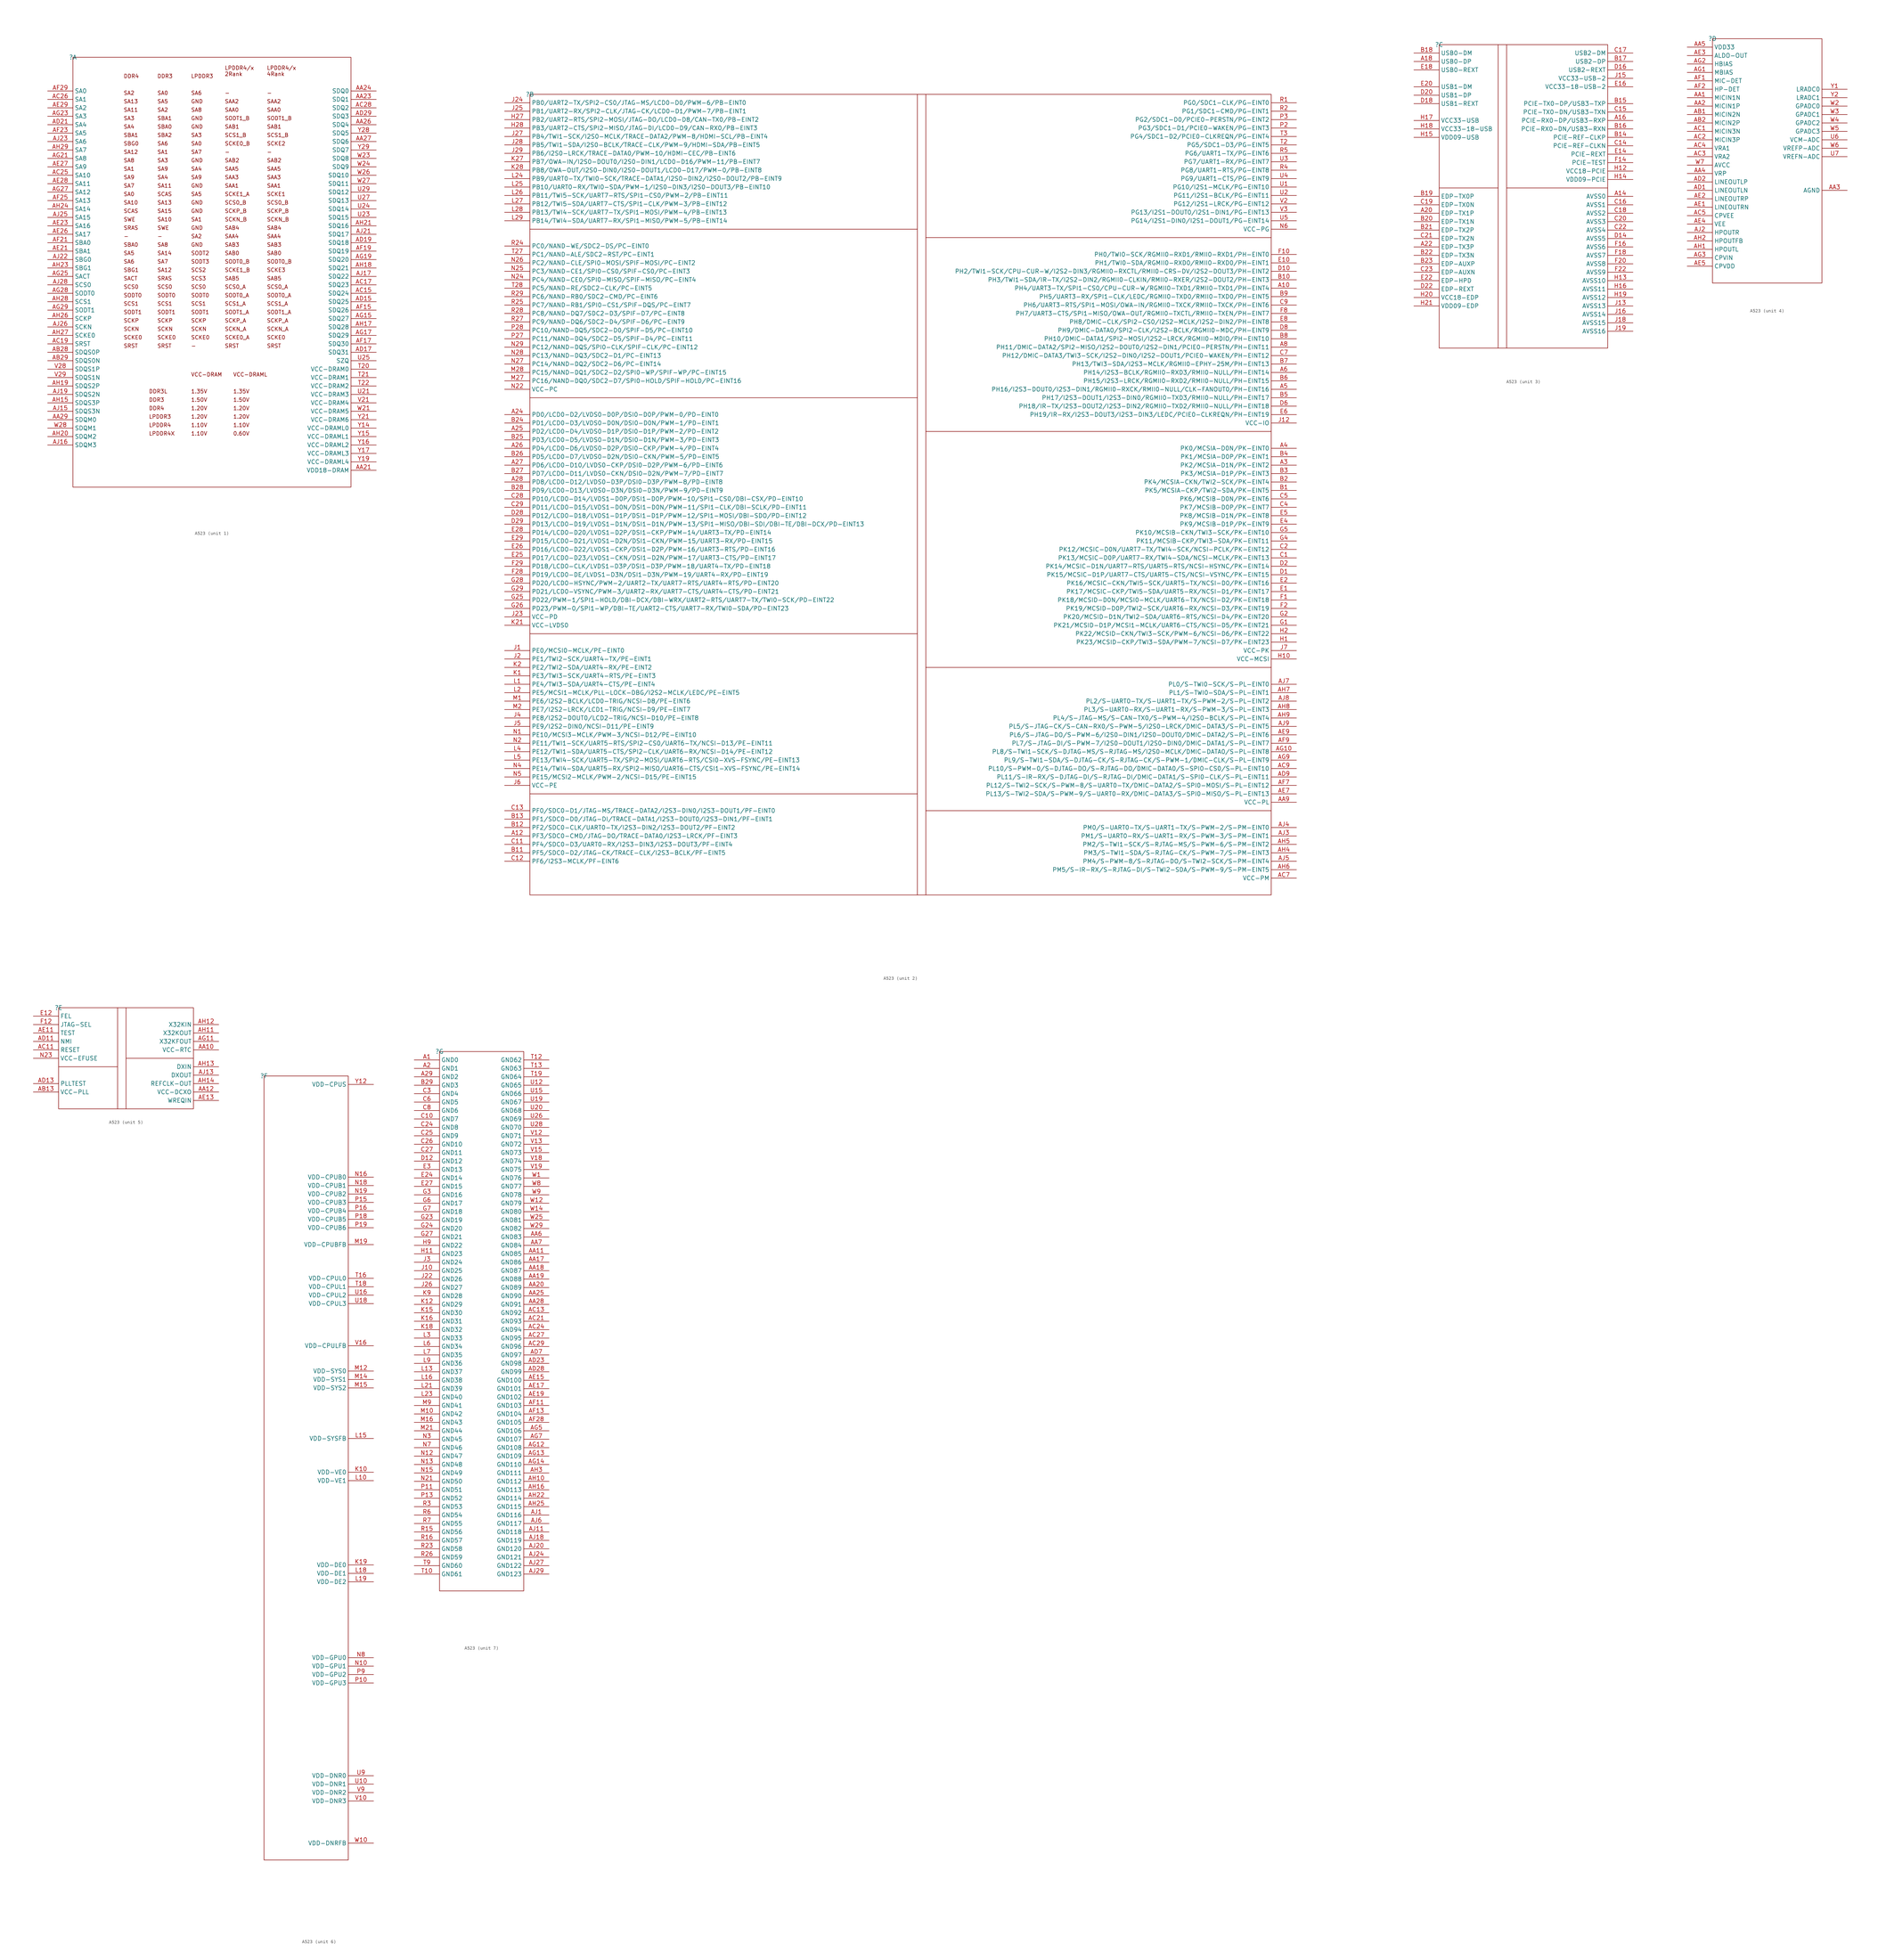
<source format=kicad_sym>
(kicad_symbol_lib
  (version 20231120)
  (generator "kicad_symbol_editor")
  (generator_version "8.0")
  (symbol "A523"
    (property "Reference" ""
      (at 0 0 0)
      (effects (font (size 1.27 1.27))))
    (property "Value" ""
      (at 0 0 0)
      (effects (font (size 1.27 1.27))))
    (symbol "A523_1_0"
      (rectangle (start 0 -129.54) (end 83.82 0) (stroke (width 0) (type default)) (fill (type none)))
      (text "-" (at 15.24 -54.61 0) (effects (font (size 1.143 1.143)) (justify left bottom)))
      (text "-" (at 25.4 -54.61 0) (effects (font (size 1.143 1.143)) (justify left bottom)))
      (text "-" (at 35.56 -87.63 0) (effects (font (size 1.143 1.143)) (justify left bottom)))
      (text "-" (at 45.72 -29.21 0) (effects (font (size 1.143 1.143)) (justify left bottom)))
      (text "-" (at 45.72 -11.43 0) (effects (font (size 1.143 1.143)) (justify left bottom)))
      (text "-" (at 58.42 -29.21 0) (effects (font (size 1.143 1.143)) (justify left bottom)))
      (text "-" (at 58.42 -11.43 0) (effects (font (size 1.143 1.143)) (justify left bottom)))
      (text "0.60V" (at 48.26 -114.046 0) (effects (font (size 1.143 1.143)) (justify left bottom)))
      (text "1.10V" (at 35.56 -114.046 0) (effects (font (size 1.143 1.143)) (justify left bottom)))
      (text "1.10V" (at 35.56 -111.506 0) (effects (font (size 1.143 1.143)) (justify left bottom)))
      (text "1.10V" (at 48.26 -111.506 0) (effects (font (size 1.143 1.143)) (justify left bottom)))
      (text "1.20V" (at 35.56 -108.966 0) (effects (font (size 1.143 1.143)) (justify left bottom)))
      (text "1.20V" (at 35.56 -106.426 0) (effects (font (size 1.143 1.143)) (justify left bottom)))
      (text "1.20V" (at 48.26 -108.966 0) (effects (font (size 1.143 1.143)) (justify left bottom)))
      (text "1.20V" (at 48.26 -106.426 0) (effects (font (size 1.143 1.143)) (justify left bottom)))
      (text "1.35V" (at 35.56 -101.346 0) (effects (font (size 1.143 1.143)) (justify left bottom)))
      (text "1.35V" (at 48.26 -101.346 0) (effects (font (size 1.143 1.143)) (justify left bottom)))
      (text "1.50V" (at 35.56 -103.886 0) (effects (font (size 1.143 1.143)) (justify left bottom)))
      (text "1.50V" (at 48.26 -103.886 0) (effects (font (size 1.143 1.143)) (justify left bottom)))
      (text "DDR3" (at 22.86 -103.886 0) (effects (font (size 1.143 1.143)) (justify left bottom)))
      (text "DDR3" (at 25.4 -6.35 0) (effects (font (size 1.143 1.143)) (justify left bottom)))
      (text "DDR3L" (at 22.86 -101.346 0) (effects (font (size 1.143 1.143)) (justify left bottom)))
      (text "DDR4" (at 15.24 -6.35 0) (effects (font (size 1.143 1.143)) (justify left bottom)))
      (text "DDR4" (at 22.86 -106.426 0) (effects (font (size 1.143 1.143)) (justify left bottom)))
      (text "GND" (at 35.56 -57.15 0) (effects (font (size 1.143 1.143)) (justify left bottom)))
      (text "GND" (at 35.56 -52.07 0) (effects (font (size 1.143 1.143)) (justify left bottom)))
      (text "GND" (at 35.56 -46.99 0) (effects (font (size 1.143 1.143)) (justify left bottom)))
      (text "GND" (at 35.56 -44.45 0) (effects (font (size 1.143 1.143)) (justify left bottom)))
      (text "GND" (at 35.56 -39.37 0) (effects (font (size 1.143 1.143)) (justify left bottom)))
      (text "GND" (at 35.56 -31.75 0) (effects (font (size 1.143 1.143)) (justify left bottom)))
      (text "GND" (at 35.56 -21.59 0) (effects (font (size 1.143 1.143)) (justify left bottom)))
      (text "GND" (at 35.56 -19.05 0) (effects (font (size 1.143 1.143)) (justify left bottom)))
      (text "GND" (at 35.56 -13.97 0) (effects (font (size 1.143 1.143)) (justify left bottom)))
      (text "LPDDR3" (at 22.86 -108.966 0) (effects (font (size 1.143 1.143)) (justify left bottom)))
      (text "LPDDR3" (at 35.56 -6.35 0) (effects (font (size 1.143 1.143)) (justify left bottom)))
      (text "LPDDR4" (at 22.86 -111.506 0) (effects (font (size 1.143 1.143)) (justify left bottom)))
      (text "LPDDR4/x\n2Rank" (at 45.72 -2.54 0) (effects (font (size 1.143 1.143)) (justify left top)))
      (text "LPDDR4/x\n4Rank" (at 58.42 -2.54 0) (effects (font (size 1.143 1.143)) (justify left top)))
      (text "LPDDR4X" (at 22.86 -114.046 0) (effects (font (size 1.143 1.143)) (justify left bottom)))
      (text "SA0" (at 15.24 -41.91 0) (effects (font (size 1.143 1.143)) (justify left bottom)))
      (text "SA0" (at 25.4 -11.43 0) (effects (font (size 1.143 1.143)) (justify left bottom)))
      (text "SA0" (at 35.56 -26.67 0) (effects (font (size 1.143 1.143)) (justify left bottom)))
      (text "SA1" (at 15.24 -34.29 0) (effects (font (size 1.143 1.143)) (justify left bottom)))
      (text "SA1" (at 25.4 -29.21 0) (effects (font (size 1.143 1.143)) (justify left bottom)))
      (text "SA1" (at 35.56 -49.53 0) (effects (font (size 1.143 1.143)) (justify left bottom)))
      (text "SA10" (at 15.24 -44.45 0) (effects (font (size 1.143 1.143)) (justify left bottom)))
      (text "SA10" (at 25.4 -49.53 0) (effects (font (size 1.143 1.143)) (justify left bottom)))
      (text "SA11" (at 15.24 -16.51 0) (effects (font (size 1.143 1.143)) (justify left bottom)))
      (text "SA11" (at 25.4 -39.37 0) (effects (font (size 1.143 1.143)) (justify left bottom)))
      (text "SA12" (at 15.24 -29.21 0) (effects (font (size 1.143 1.143)) (justify left bottom)))
      (text "SA12" (at 25.4 -64.77 0) (effects (font (size 1.143 1.143)) (justify left bottom)))
      (text "SA13" (at 15.24 -13.97 0) (effects (font (size 1.143 1.143)) (justify left bottom)))
      (text "SA13" (at 25.4 -44.45 0) (effects (font (size 1.143 1.143)) (justify left bottom)))
      (text "SA14" (at 25.4 -59.69 0) (effects (font (size 1.143 1.143)) (justify left bottom)))
      (text "SA15" (at 25.4 -46.99 0) (effects (font (size 1.143 1.143)) (justify left bottom)))
      (text "SA2" (at 15.24 -11.43 0) (effects (font (size 1.143 1.143)) (justify left bottom)))
      (text "SA2" (at 25.4 -16.51 0) (effects (font (size 1.143 1.143)) (justify left bottom)))
      (text "SA2" (at 35.56 -54.61 0) (effects (font (size 1.143 1.143)) (justify left bottom)))
      (text "SA3" (at 15.24 -19.05 0) (effects (font (size 1.143 1.143)) (justify left bottom)))
      (text "SA3" (at 25.4 -31.75 0) (effects (font (size 1.143 1.143)) (justify left bottom)))
      (text "SA3" (at 35.56 -24.13 0) (effects (font (size 1.143 1.143)) (justify left bottom)))
      (text "SA4" (at 15.24 -21.59 0) (effects (font (size 1.143 1.143)) (justify left bottom)))
      (text "SA4" (at 25.4 -36.83 0) (effects (font (size 1.143 1.143)) (justify left bottom)))
      (text "SA4" (at 35.56 -34.29 0) (effects (font (size 1.143 1.143)) (justify left bottom)))
      (text "SA5" (at 15.24 -59.69 0) (effects (font (size 1.143 1.143)) (justify left bottom)))
      (text "SA5" (at 25.4 -13.97 0) (effects (font (size 1.143 1.143)) (justify left bottom)))
      (text "SA5" (at 35.56 -41.91 0) (effects (font (size 1.143 1.143)) (justify left bottom)))
      (text "SA6" (at 15.24 -62.23 0) (effects (font (size 1.143 1.143)) (justify left bottom)))
      (text "SA6" (at 25.4 -26.67 0) (effects (font (size 1.143 1.143)) (justify left bottom)))
      (text "SA6" (at 35.56 -11.43 0) (effects (font (size 1.143 1.143)) (justify left bottom)))
      (text "SA7" (at 15.24 -39.37 0) (effects (font (size 1.143 1.143)) (justify left bottom)))
      (text "SA7" (at 25.4 -62.23 0) (effects (font (size 1.143 1.143)) (justify left bottom)))
      (text "SA7" (at 35.56 -29.21 0) (effects (font (size 1.143 1.143)) (justify left bottom)))
      (text "SA8" (at 15.24 -31.75 0) (effects (font (size 1.143 1.143)) (justify left bottom)))
      (text "SA8" (at 25.4 -57.15 0) (effects (font (size 1.143 1.143)) (justify left bottom)))
      (text "SA8" (at 35.56 -16.51 0) (effects (font (size 1.143 1.143)) (justify left bottom)))
      (text "SA9" (at 15.24 -36.83 0) (effects (font (size 1.143 1.143)) (justify left bottom)))
      (text "SA9" (at 25.4 -34.29 0) (effects (font (size 1.143 1.143)) (justify left bottom)))
      (text "SA9" (at 35.56 -36.83 0) (effects (font (size 1.143 1.143)) (justify left bottom)))
      (text "SAA0" (at 45.72 -16.51 0) (effects (font (size 1.143 1.143)) (justify left bottom)))
      (text "SAA0" (at 58.42 -16.51 0) (effects (font (size 1.143 1.143)) (justify left bottom)))
      (text "SAA1" (at 45.72 -39.37 0) (effects (font (size 1.143 1.143)) (justify left bottom)))
      (text "SAA1" (at 58.42 -39.37 0) (effects (font (size 1.143 1.143)) (justify left bottom)))
      (text "SAA2" (at 45.72 -13.97 0) (effects (font (size 1.143 1.143)) (justify left bottom)))
      (text "SAA2" (at 58.42 -13.97 0) (effects (font (size 1.143 1.143)) (justify left bottom)))
      (text "SAA3" (at 45.72 -36.83 0) (effects (font (size 1.143 1.143)) (justify left bottom)))
      (text "SAA3" (at 58.42 -36.83 0) (effects (font (size 1.143 1.143)) (justify left bottom)))
      (text "SAA4" (at 45.72 -54.61 0) (effects (font (size 1.143 1.143)) (justify left bottom)))
      (text "SAA4" (at 58.42 -54.61 0) (effects (font (size 1.143 1.143)) (justify left bottom)))
      (text "SAA5" (at 45.72 -34.29 0) (effects (font (size 1.143 1.143)) (justify left bottom)))
      (text "SAA5" (at 58.42 -34.29 0) (effects (font (size 1.143 1.143)) (justify left bottom)))
      (text "SAB0" (at 45.72 -59.69 0) (effects (font (size 1.143 1.143)) (justify left bottom)))
      (text "SAB0" (at 58.42 -59.69 0) (effects (font (size 1.143 1.143)) (justify left bottom)))
      (text "SAB1" (at 45.72 -21.59 0) (effects (font (size 1.143 1.143)) (justify left bottom)))
      (text "SAB1" (at 58.42 -21.59 0) (effects (font (size 1.143 1.143)) (justify left bottom)))
      (text "SAB2" (at 45.72 -31.75 0) (effects (font (size 1.143 1.143)) (justify left bottom)))
      (text "SAB2" (at 58.42 -31.75 0) (effects (font (size 1.143 1.143)) (justify left bottom)))
      (text "SAB3" (at 45.72 -57.15 0) (effects (font (size 1.143 1.143)) (justify left bottom)))
      (text "SAB3" (at 58.42 -57.15 0) (effects (font (size 1.143 1.143)) (justify left bottom)))
      (text "SAB4" (at 45.72 -52.07 0) (effects (font (size 1.143 1.143)) (justify left bottom)))
      (text "SAB4" (at 58.42 -52.07 0) (effects (font (size 1.143 1.143)) (justify left bottom)))
      (text "SAB5" (at 45.72 -67.31 0) (effects (font (size 1.143 1.143)) (justify left bottom)))
      (text "SAB5" (at 58.42 -67.31 0) (effects (font (size 1.143 1.143)) (justify left bottom)))
      (text "SACT" (at 15.24 -67.31 0) (effects (font (size 1.143 1.143)) (justify left bottom)))
      (text "SBA0" (at 15.24 -57.15 0) (effects (font (size 1.143 1.143)) (justify left bottom)))
      (text "SBA0" (at 25.4 -21.59 0) (effects (font (size 1.143 1.143)) (justify left bottom)))
      (text "SBA1" (at 15.24 -24.13 0) (effects (font (size 1.143 1.143)) (justify left bottom)))
      (text "SBA1" (at 25.4 -19.05 0) (effects (font (size 1.143 1.143)) (justify left bottom)))
      (text "SBA2" (at 25.4 -24.13 0) (effects (font (size 1.143 1.143)) (justify left bottom)))
      (text "SBG0" (at 15.24 -26.67 0) (effects (font (size 1.143 1.143)) (justify left bottom)))
      (text "SBG1" (at 15.24 -64.77 0) (effects (font (size 1.143 1.143)) (justify left bottom)))
      (text "SCAS" (at 15.24 -46.99 0) (effects (font (size 1.143 1.143)) (justify left bottom)))
      (text "SCAS" (at 25.4 -41.91 0) (effects (font (size 1.143 1.143)) (justify left bottom)))
      (text "SCKE0" (at 15.24 -85.09 0) (effects (font (size 1.143 1.143)) (justify left bottom)))
      (text "SCKE0" (at 25.4 -85.09 0) (effects (font (size 1.143 1.143)) (justify left bottom)))
      (text "SCKE0" (at 35.56 -85.09 0) (effects (font (size 1.143 1.143)) (justify left bottom)))
      (text "SCKE0" (at 58.42 -85.09 0) (effects (font (size 1.143 1.143)) (justify left bottom)))
      (text "SCKE0_A" (at 45.72 -85.09 0) (effects (font (size 1.143 1.143)) (justify left bottom)))
      (text "SCKE0_B" (at 45.72 -26.67 0) (effects (font (size 1.143 1.143)) (justify left bottom)))
      (text "SCKE1" (at 58.42 -41.91 0) (effects (font (size 1.143 1.143)) (justify left bottom)))
      (text "SCKE1_A" (at 45.72 -41.91 0) (effects (font (size 1.143 1.143)) (justify left bottom)))
      (text "SCKE1_B" (at 45.72 -64.77 0) (effects (font (size 1.143 1.143)) (justify left bottom)))
      (text "SCKE2" (at 58.42 -26.67 0) (effects (font (size 1.143 1.143)) (justify left bottom)))
      (text "SCKE3" (at 58.42 -64.77 0) (effects (font (size 1.143 1.143)) (justify left bottom)))
      (text "SCKN" (at 15.24 -82.55 0) (effects (font (size 1.143 1.143)) (justify left bottom)))
      (text "SCKN" (at 25.4 -82.55 0) (effects (font (size 1.143 1.143)) (justify left bottom)))
      (text "SCKN" (at 35.56 -82.55 0) (effects (font (size 1.143 1.143)) (justify left bottom)))
      (text "SCKN_A" (at 45.72 -82.55 0) (effects (font (size 1.143 1.143)) (justify left bottom)))
      (text "SCKN_A" (at 58.42 -82.55 0) (effects (font (size 1.143 1.143)) (justify left bottom)))
      (text "SCKN_B" (at 45.72 -49.53 0) (effects (font (size 1.143 1.143)) (justify left bottom)))
      (text "SCKN_B" (at 58.42 -49.53 0) (effects (font (size 1.143 1.143)) (justify left bottom)))
      (text "SCKP" (at 15.24 -80.01 0) (effects (font (size 1.143 1.143)) (justify left bottom)))
      (text "SCKP" (at 25.4 -80.01 0) (effects (font (size 1.143 1.143)) (justify left bottom)))
      (text "SCKP" (at 35.56 -80.01 0) (effects (font (size 1.143 1.143)) (justify left bottom)))
      (text "SCKP_A" (at 45.72 -80.01 0) (effects (font (size 1.143 1.143)) (justify left bottom)))
      (text "SCKP_A" (at 58.42 -80.01 0) (effects (font (size 1.143 1.143)) (justify left bottom)))
      (text "SCKP_B" (at 45.72 -46.99 0) (effects (font (size 1.143 1.143)) (justify left bottom)))
      (text "SCKP_B" (at 58.42 -46.99 0) (effects (font (size 1.143 1.143)) (justify left bottom)))
      (text "SCS0" (at 15.24 -69.85 0) (effects (font (size 1.143 1.143)) (justify left bottom)))
      (text "SCS0" (at 25.4 -69.85 0) (effects (font (size 1.143 1.143)) (justify left bottom)))
      (text "SCS0" (at 35.56 -69.85 0) (effects (font (size 1.143 1.143)) (justify left bottom)))
      (text "SCS0_A" (at 45.72 -69.85 0) (effects (font (size 1.143 1.143)) (justify left bottom)))
      (text "SCS0_A" (at 58.42 -69.85 0) (effects (font (size 1.143 1.143)) (justify left bottom)))
      (text "SCS0_B" (at 45.72 -44.45 0) (effects (font (size 1.143 1.143)) (justify left bottom)))
      (text "SCS0_B" (at 58.42 -44.45 0) (effects (font (size 1.143 1.143)) (justify left bottom)))
      (text "SCS1" (at 15.24 -74.93 0) (effects (font (size 1.143 1.143)) (justify left bottom)))
      (text "SCS1" (at 25.4 -74.93 0) (effects (font (size 1.143 1.143)) (justify left bottom)))
      (text "SCS1" (at 35.56 -74.93 0) (effects (font (size 1.143 1.143)) (justify left bottom)))
      (text "SCS1_A" (at 45.72 -74.93 0) (effects (font (size 1.143 1.143)) (justify left bottom)))
      (text "SCS1_A" (at 58.42 -74.93 0) (effects (font (size 1.143 1.143)) (justify left bottom)))
      (text "SCS1_B" (at 45.72 -24.13 0) (effects (font (size 1.143 1.143)) (justify left bottom)))
      (text "SCS1_B" (at 58.42 -24.13 0) (effects (font (size 1.143 1.143)) (justify left bottom)))
      (text "SCS2" (at 35.56 -64.77 0) (effects (font (size 1.143 1.143)) (justify left bottom)))
      (text "SCS3" (at 35.56 -67.31 0) (effects (font (size 1.143 1.143)) (justify left bottom)))
      (text "SODT0" (at 15.24 -72.39 0) (effects (font (size 1.143 1.143)) (justify left bottom)))
      (text "SODT0" (at 25.4 -72.39 0) (effects (font (size 1.143 1.143)) (justify left bottom)))
      (text "SODT0" (at 35.56 -72.39 0) (effects (font (size 1.143 1.143)) (justify left bottom)))
      (text "SODT0_A" (at 45.72 -72.39 0) (effects (font (size 1.143 1.143)) (justify left bottom)))
      (text "SODT0_A" (at 58.42 -72.39 0) (effects (font (size 1.143 1.143)) (justify left bottom)))
      (text "SODT0_B" (at 45.72 -62.23 0) (effects (font (size 1.143 1.143)) (justify left bottom)))
      (text "SODT0_B" (at 58.42 -62.23 0) (effects (font (size 1.143 1.143)) (justify left bottom)))
      (text "SODT1" (at 15.24 -77.47 0) (effects (font (size 1.143 1.143)) (justify left bottom)))
      (text "SODT1" (at 25.4 -77.47 0) (effects (font (size 1.143 1.143)) (justify left bottom)))
      (text "SODT1" (at 35.56 -77.47 0) (effects (font (size 1.143 1.143)) (justify left bottom)))
      (text "SODT1_A" (at 45.72 -77.47 0) (effects (font (size 1.143 1.143)) (justify left bottom)))
      (text "SODT1_A" (at 58.42 -77.47 0) (effects (font (size 1.143 1.143)) (justify left bottom)))
      (text "SODT1_B" (at 45.72 -19.05 0) (effects (font (size 1.143 1.143)) (justify left bottom)))
      (text "SODT1_B" (at 58.42 -19.05 0) (effects (font (size 1.143 1.143)) (justify left bottom)))
      (text "SODT2" (at 35.56 -59.69 0) (effects (font (size 1.143 1.143)) (justify left bottom)))
      (text "SODT3" (at 35.56 -62.23 0) (effects (font (size 1.143 1.143)) (justify left bottom)))
      (text "SRAS" (at 15.24 -52.07 0) (effects (font (size 1.143 1.143)) (justify left bottom)))
      (text "SRAS" (at 25.4 -67.31 0) (effects (font (size 1.143 1.143)) (justify left bottom)))
      (text "SRST" (at 15.24 -87.63 0) (effects (font (size 1.143 1.143)) (justify left bottom)))
      (text "SRST" (at 25.4 -87.63 0) (effects (font (size 1.143 1.143)) (justify left bottom)))
      (text "SRST" (at 45.72 -87.63 0) (effects (font (size 1.143 1.143)) (justify left bottom)))
      (text "SRST" (at 58.42 -87.63 0) (effects (font (size 1.143 1.143)) (justify left bottom)))
      (text "SWE" (at 15.24 -49.53 0) (effects (font (size 1.143 1.143)) (justify left bottom)))
      (text "SWE" (at 25.4 -52.07 0) (effects (font (size 1.143 1.143)) (justify left bottom)))
      (text "VCC-DRAM" (at 35.56 -96.266 0) (effects (font (size 1.143 1.143)) (justify left bottom)))
      (text "VCC-DRAML" (at 48.26 -96.266 0) (effects (font (size 1.143 1.143)) (justify left bottom)))
      (pin input line (at 91.44 -124.46 180) (length 7.62) (name "VDD18-DRAM" (effects (font (size 1.27 1.27)))) (number "AA21" (effects (font (size 1.27 1.27)))))
      (pin input line (at 91.44 -12.7 180) (length 7.62) (name "SDQ1" (effects (font (size 1.27 1.27)))) (number "AA23" (effects (font (size 1.27 1.27)))))
      (pin input line (at 91.44 -10.16 180) (length 7.62) (name "SDQ0" (effects (font (size 1.27 1.27)))) (number "AA24" (effects (font (size 1.27 1.27)))))
      (pin input line (at 91.44 -20.32 180) (length 7.62) (name "SDQ4" (effects (font (size 1.27 1.27)))) (number "AA26" (effects (font (size 1.27 1.27)))))
      (pin input line (at 91.44 -25.4 180) (length 7.62) (name "SDQ6" (effects (font (size 1.27 1.27)))) (number "AA27" (effects (font (size 1.27 1.27)))))
      (pin input line (at -7.62 -109.22 0) (length 7.62) (name "SDQM0" (effects (font (size 1.27 1.27)))) (number "AA29" (effects (font (size 1.27 1.27)))))
      (pin input line (at -7.62 -88.9 0) (length 7.62) (name "SDQS0P" (effects (font (size 1.27 1.27)))) (number "AB28" (effects (font (size 1.27 1.27)))))
      (pin input line (at -7.62 -91.44 0) (length 7.62) (name "SDQS0N" (effects (font (size 1.27 1.27)))) (number "AB29" (effects (font (size 1.27 1.27)))))
      (pin input line (at 91.44 -71.12 180) (length 7.62) (name "SDQ24" (effects (font (size 1.27 1.27)))) (number "AC15" (effects (font (size 1.27 1.27)))))
      (pin input line (at 91.44 -68.58 180) (length 7.62) (name "SDQ23" (effects (font (size 1.27 1.27)))) (number "AC17" (effects (font (size 1.27 1.27)))))
      (pin input line (at -7.62 -86.36 0) (length 7.62) (name "SRST" (effects (font (size 1.27 1.27)))) (number "AC19" (effects (font (size 1.27 1.27)))))
      (pin input line (at -7.62 -35.56 0) (length 7.62) (name "SA10" (effects (font (size 1.27 1.27)))) (number "AC25" (effects (font (size 1.27 1.27)))))
      (pin input line (at -7.62 -12.7 0) (length 7.62) (name "SA1" (effects (font (size 1.27 1.27)))) (number "AC26" (effects (font (size 1.27 1.27)))))
      (pin input line (at 91.44 -15.24 180) (length 7.62) (name "SDQ2" (effects (font (size 1.27 1.27)))) (number "AC28" (effects (font (size 1.27 1.27)))))
      (pin input line (at 91.44 -73.66 180) (length 7.62) (name "SDQ25" (effects (font (size 1.27 1.27)))) (number "AD15" (effects (font (size 1.27 1.27)))))
      (pin input line (at 91.44 -88.9 180) (length 7.62) (name "SDQ31" (effects (font (size 1.27 1.27)))) (number "AD17" (effects (font (size 1.27 1.27)))))
      (pin input line (at 91.44 -55.88 180) (length 7.62) (name "SDQ18" (effects (font (size 1.27 1.27)))) (number "AD19" (effects (font (size 1.27 1.27)))))
      (pin input line (at -7.62 -20.32 0) (length 7.62) (name "SA4" (effects (font (size 1.27 1.27)))) (number "AD21" (effects (font (size 1.27 1.27)))))
      (pin input line (at 91.44 -17.78 180) (length 7.62) (name "SDQ3" (effects (font (size 1.27 1.27)))) (number "AD29" (effects (font (size 1.27 1.27)))))
      (pin input line (at -7.62 -58.42 0) (length 7.62) (name "SBA1" (effects (font (size 1.27 1.27)))) (number "AE21" (effects (font (size 1.27 1.27)))))
      (pin input line (at -7.62 -50.8 0) (length 7.62) (name "SA16" (effects (font (size 1.27 1.27)))) (number "AE23" (effects (font (size 1.27 1.27)))))
      (pin input line (at -7.62 -53.34 0) (length 7.62) (name "SA17" (effects (font (size 1.27 1.27)))) (number "AE26" (effects (font (size 1.27 1.27)))))
      (pin input line (at -7.62 -33.02 0) (length 7.62) (name "SA9" (effects (font (size 1.27 1.27)))) (number "AE27" (effects (font (size 1.27 1.27)))))
      (pin input line (at -7.62 -38.1 0) (length 7.62) (name "SA11" (effects (font (size 1.27 1.27)))) (number "AE28" (effects (font (size 1.27 1.27)))))
      (pin input line (at -7.62 -15.24 0) (length 7.62) (name "SA2" (effects (font (size 1.27 1.27)))) (number "AE29" (effects (font (size 1.27 1.27)))))
      (pin input line (at 91.44 -76.2 180) (length 7.62) (name "SDQ26" (effects (font (size 1.27 1.27)))) (number "AF15" (effects (font (size 1.27 1.27)))))
      (pin input line (at 91.44 -86.36 180) (length 7.62) (name "SDQ30" (effects (font (size 1.27 1.27)))) (number "AF17" (effects (font (size 1.27 1.27)))))
      (pin input line (at 91.44 -58.42 180) (length 7.62) (name "SDQ19" (effects (font (size 1.27 1.27)))) (number "AF19" (effects (font (size 1.27 1.27)))))
      (pin input line (at -7.62 -55.88 0) (length 7.62) (name "SBA0" (effects (font (size 1.27 1.27)))) (number "AF21" (effects (font (size 1.27 1.27)))))
      (pin input line (at -7.62 -22.86 0) (length 7.62) (name "SA5" (effects (font (size 1.27 1.27)))) (number "AF23" (effects (font (size 1.27 1.27)))))
      (pin input line (at -7.62 -43.18 0) (length 7.62) (name "SA13" (effects (font (size 1.27 1.27)))) (number "AF25" (effects (font (size 1.27 1.27)))))
      (pin input line (at -7.62 -10.16 0) (length 7.62) (name "SA0" (effects (font (size 1.27 1.27)))) (number "AF29" (effects (font (size 1.27 1.27)))))
      (pin input line (at 91.44 -78.74 180) (length 7.62) (name "SDQ27" (effects (font (size 1.27 1.27)))) (number "AG15" (effects (font (size 1.27 1.27)))))
      (pin input line (at 91.44 -83.82 180) (length 7.62) (name "SDQ29" (effects (font (size 1.27 1.27)))) (number "AG17" (effects (font (size 1.27 1.27)))))
      (pin input line (at 91.44 -60.96 180) (length 7.62) (name "SDQ20" (effects (font (size 1.27 1.27)))) (number "AG19" (effects (font (size 1.27 1.27)))))
      (pin input line (at -7.62 -30.48 0) (length 7.62) (name "SA8" (effects (font (size 1.27 1.27)))) (number "AG21" (effects (font (size 1.27 1.27)))))
      (pin input line (at -7.62 -17.78 0) (length 7.62) (name "SA3" (effects (font (size 1.27 1.27)))) (number "AG23" (effects (font (size 1.27 1.27)))))
      (pin input line (at -7.62 -66.04 0) (length 7.62) (name "SACT" (effects (font (size 1.27 1.27)))) (number "AG25" (effects (font (size 1.27 1.27)))))
      (pin input line (at -7.62 -40.64 0) (length 7.62) (name "SA12" (effects (font (size 1.27 1.27)))) (number "AG27" (effects (font (size 1.27 1.27)))))
      (pin input line (at -7.62 -71.12 0) (length 7.62) (name "SODT0" (effects (font (size 1.27 1.27)))) (number "AG28" (effects (font (size 1.27 1.27)))))
      (pin input line (at -7.62 -76.2 0) (length 7.62) (name "SODT1" (effects (font (size 1.27 1.27)))) (number "AG29" (effects (font (size 1.27 1.27)))))
      (pin input line (at -7.62 -104.14 0) (length 7.62) (name "SDQS3P" (effects (font (size 1.27 1.27)))) (number "AH15" (effects (font (size 1.27 1.27)))))
      (pin input line (at 91.44 -81.28 180) (length 7.62) (name "SDQ28" (effects (font (size 1.27 1.27)))) (number "AH17" (effects (font (size 1.27 1.27)))))
      (pin input line (at 91.44 -63.5 180) (length 7.62) (name "SDQ21" (effects (font (size 1.27 1.27)))) (number "AH18" (effects (font (size 1.27 1.27)))))
      (pin input line (at -7.62 -99.06 0) (length 7.62) (name "SDQS2P" (effects (font (size 1.27 1.27)))) (number "AH19" (effects (font (size 1.27 1.27)))))
      (pin input line (at -7.62 -114.3 0) (length 7.62) (name "SDQM2" (effects (font (size 1.27 1.27)))) (number "AH20" (effects (font (size 1.27 1.27)))))
      (pin input line (at 91.44 -50.8 180) (length 7.62) (name "SDQ16" (effects (font (size 1.27 1.27)))) (number "AH21" (effects (font (size 1.27 1.27)))))
      (pin input line (at -7.62 -63.5 0) (length 7.62) (name "SBG1" (effects (font (size 1.27 1.27)))) (number "AH23" (effects (font (size 1.27 1.27)))))
      (pin input line (at -7.62 -45.72 0) (length 7.62) (name "SA14" (effects (font (size 1.27 1.27)))) (number "AH24" (effects (font (size 1.27 1.27)))))
      (pin input line (at -7.62 -78.74 0) (length 7.62) (name "SCKP" (effects (font (size 1.27 1.27)))) (number "AH26" (effects (font (size 1.27 1.27)))))
      (pin input line (at -7.62 -83.82 0) (length 7.62) (name "SCKE0" (effects (font (size 1.27 1.27)))) (number "AH27" (effects (font (size 1.27 1.27)))))
      (pin input line (at -7.62 -73.66 0) (length 7.62) (name "SCS1" (effects (font (size 1.27 1.27)))) (number "AH28" (effects (font (size 1.27 1.27)))))
      (pin input line (at -7.62 -27.94 0) (length 7.62) (name "SA7" (effects (font (size 1.27 1.27)))) (number "AH29" (effects (font (size 1.27 1.27)))))
      (pin input line (at -7.62 -106.68 0) (length 7.62) (name "SDQS3N" (effects (font (size 1.27 1.27)))) (number "AJ15" (effects (font (size 1.27 1.27)))))
      (pin input line (at -7.62 -116.84 0) (length 7.62) (name "SDQM3" (effects (font (size 1.27 1.27)))) (number "AJ16" (effects (font (size 1.27 1.27)))))
      (pin input line (at 91.44 -66.04 180) (length 7.62) (name "SDQ22" (effects (font (size 1.27 1.27)))) (number "AJ17" (effects (font (size 1.27 1.27)))))
      (pin input line (at -7.62 -101.6 0) (length 7.62) (name "SDQS2N" (effects (font (size 1.27 1.27)))) (number "AJ19" (effects (font (size 1.27 1.27)))))
      (pin input line (at 91.44 -53.34 180) (length 7.62) (name "SDQ17" (effects (font (size 1.27 1.27)))) (number "AJ21" (effects (font (size 1.27 1.27)))))
      (pin input line (at -7.62 -60.96 0) (length 7.62) (name "SBG0" (effects (font (size 1.27 1.27)))) (number "AJ22" (effects (font (size 1.27 1.27)))))
      (pin input line (at -7.62 -25.4 0) (length 7.62) (name "SA6" (effects (font (size 1.27 1.27)))) (number "AJ23" (effects (font (size 1.27 1.27)))))
      (pin input line (at -7.62 -48.26 0) (length 7.62) (name "SA15" (effects (font (size 1.27 1.27)))) (number "AJ25" (effects (font (size 1.27 1.27)))))
      (pin input line (at -7.62 -81.28 0) (length 7.62) (name "SCKN" (effects (font (size 1.27 1.27)))) (number "AJ26" (effects (font (size 1.27 1.27)))))
      (pin input line (at -7.62 -68.58 0) (length 7.62) (name "SCS0" (effects (font (size 1.27 1.27)))) (number "AJ28" (effects (font (size 1.27 1.27)))))
      (pin input line (at 91.44 -93.98 180) (length 7.62) (name "VCC-DRAM0" (effects (font (size 1.27 1.27)))) (number "T20" (effects (font (size 1.27 1.27)))))
      (pin input line (at 91.44 -96.52 180) (length 7.62) (name "VCC-DRAM1" (effects (font (size 1.27 1.27)))) (number "T21" (effects (font (size 1.27 1.27)))))
      (pin input line (at 91.44 -99.06 180) (length 7.62) (name "VCC-DRAM2" (effects (font (size 1.27 1.27)))) (number "T22" (effects (font (size 1.27 1.27)))))
      (pin input line (at 91.44 -101.6 180) (length 7.62) (name "VCC-DRAM3" (effects (font (size 1.27 1.27)))) (number "U21" (effects (font (size 1.27 1.27)))))
      (pin input line (at 91.44 -48.26 180) (length 7.62) (name "SDQ15" (effects (font (size 1.27 1.27)))) (number "U23" (effects (font (size 1.27 1.27)))))
      (pin input line (at 91.44 -45.72 180) (length 7.62) (name "SDQ14" (effects (font (size 1.27 1.27)))) (number "U24" (effects (font (size 1.27 1.27)))))
      (pin input line (at 91.44 -91.44 180) (length 7.62) (name "SZQ" (effects (font (size 1.27 1.27)))) (number "U25" (effects (font (size 1.27 1.27)))))
      (pin input line (at 91.44 -43.18 180) (length 7.62) (name "SDQ13" (effects (font (size 1.27 1.27)))) (number "U27" (effects (font (size 1.27 1.27)))))
      (pin input line (at 91.44 -40.64 180) (length 7.62) (name "SDQ12" (effects (font (size 1.27 1.27)))) (number "U29" (effects (font (size 1.27 1.27)))))
      (pin input line (at 91.44 -104.14 180) (length 7.62) (name "VCC-DRAM4" (effects (font (size 1.27 1.27)))) (number "V21" (effects (font (size 1.27 1.27)))))
      (pin input line (at -7.62 -93.98 0) (length 7.62) (name "SDQS1P" (effects (font (size 1.27 1.27)))) (number "V28" (effects (font (size 1.27 1.27)))))
      (pin input line (at -7.62 -96.52 0) (length 7.62) (name "SDQS1N" (effects (font (size 1.27 1.27)))) (number "V29" (effects (font (size 1.27 1.27)))))
      (pin input line (at 91.44 -106.68 180) (length 7.62) (name "VCC-DRAM5" (effects (font (size 1.27 1.27)))) (number "W21" (effects (font (size 1.27 1.27)))))
      (pin input line (at 91.44 -30.48 180) (length 7.62) (name "SDQ8" (effects (font (size 1.27 1.27)))) (number "W23" (effects (font (size 1.27 1.27)))))
      (pin input line (at 91.44 -33.02 180) (length 7.62) (name "SDQ9" (effects (font (size 1.27 1.27)))) (number "W24" (effects (font (size 1.27 1.27)))))
      (pin input line (at 91.44 -35.56 180) (length 7.62) (name "SDQ10" (effects (font (size 1.27 1.27)))) (number "W26" (effects (font (size 1.27 1.27)))))
      (pin input line (at 91.44 -38.1 180) (length 7.62) (name "SDQ11" (effects (font (size 1.27 1.27)))) (number "W27" (effects (font (size 1.27 1.27)))))
      (pin input line (at -7.62 -111.76 0) (length 7.62) (name "SDQM1" (effects (font (size 1.27 1.27)))) (number "W28" (effects (font (size 1.27 1.27)))))
      (pin input line (at 91.44 -111.76 180) (length 7.62) (name "VCC-DRAML0" (effects (font (size 1.27 1.27)))) (number "Y14" (effects (font (size 1.27 1.27)))))
      (pin input line (at 91.44 -114.3 180) (length 7.62) (name "VCC-DRAML1" (effects (font (size 1.27 1.27)))) (number "Y15" (effects (font (size 1.27 1.27)))))
      (pin input line (at 91.44 -116.84 180) (length 7.62) (name "VCC-DRAML2" (effects (font (size 1.27 1.27)))) (number "Y16" (effects (font (size 1.27 1.27)))))
      (pin input line (at 91.44 -119.38 180) (length 7.62) (name "VCC-DRAML3" (effects (font (size 1.27 1.27)))) (number "Y17" (effects (font (size 1.27 1.27)))))
      (pin input line (at 91.44 -121.92 180) (length 7.62) (name "VCC-DRAML4" (effects (font (size 1.27 1.27)))) (number "Y19" (effects (font (size 1.27 1.27)))))
      (pin input line (at 91.44 -109.22 180) (length 7.62) (name "VCC-DRAM6" (effects (font (size 1.27 1.27)))) (number "Y21" (effects (font (size 1.27 1.27)))))
      (pin input line (at 91.44 -22.86 180) (length 7.62) (name "SDQ5" (effects (font (size 1.27 1.27)))) (number "Y28" (effects (font (size 1.27 1.27)))))
      (pin input line (at 91.44 -27.94 180) (length 7.62) (name "SDQ7" (effects (font (size 1.27 1.27)))) (number "Y29" (effects (font (size 1.27 1.27))))))
    (symbol "A523_2_0"
      (rectangle (start 0 -241.3) (end 223.52 0) (stroke (width 0) (type default)) (fill (type none)))
      (polyline (pts (xy 0 -210.82) (xy 116.84 -210.82)) (stroke (width 0) (type default)) (fill (type none)))
      (polyline (pts (xy 0 -162.56) (xy 116.84 -162.56)) (stroke (width 0) (type default)) (fill (type none)))
      (polyline (pts (xy 0 -91.44) (xy 116.84 -91.44)) (stroke (width 0) (type default)) (fill (type none)))
      (polyline (pts (xy 0 -40.64) (xy 116.84 -40.64)) (stroke (width 0) (type default)) (fill (type none)))
      (polyline (pts (xy 116.84 0) (xy 116.84 -241.3)) (stroke (width 0) (type default)) (fill (type none)))
      (polyline (pts (xy 119.38 -215.9) (xy 223.52 -215.9)) (stroke (width 0) (type default)) (fill (type none)))
      (polyline (pts (xy 119.38 -172.72) (xy 223.52 -172.72)) (stroke (width 0) (type default)) (fill (type none)))
      (polyline (pts (xy 119.38 -101.6) (xy 223.52 -101.6)) (stroke (width 0) (type default)) (fill (type none)))
      (polyline (pts (xy 119.38 -43.18) (xy 223.52 -43.18)) (stroke (width 0) (type default)) (fill (type none)))
      (polyline (pts (xy 119.38 0) (xy 119.38 -241.3)) (stroke (width 0) (type default)) (fill (type none)))
      (pin input line (at 231.14 -58.42 180) (length 7.62) (name "PH4/UART3-TX/SPI1-CS0/CPU-CUR-W/RGMII0-TXD1/RMII0-TXD1/PH-EINT4" (effects (font (size 1.27 1.27)))) (number "A10" (effects (font (size 1.27 1.27)))))
      (pin input line (at -7.62 -223.52 0) (length 7.62) (name "PF3/SDC0-CMD/JTAG-DO/TRACE-DATA0/I2S3-LRCK/PF-EINT3" (effects (font (size 1.27 1.27)))) (number "A12" (effects (font (size 1.27 1.27)))))
      (pin input line (at -7.62 -96.52 0) (length 7.62) (name "PD0/LCD0-D2/LVDS0-D0P/DSI0-D0P/PWM-0/PD-EINT0" (effects (font (size 1.27 1.27)))) (number "A24" (effects (font (size 1.27 1.27)))))
      (pin input line (at -7.62 -101.6 0) (length 7.62) (name "PD2/LCD0-D4/LVDS0-D1P/DSI0-D1P/PWM-2/PD-EINT2" (effects (font (size 1.27 1.27)))) (number "A25" (effects (font (size 1.27 1.27)))))
      (pin input line (at -7.62 -106.68 0) (length 7.62) (name "PD4/LCD0-D6/LVDS0-D2P/DSI0-CKP/PWM-4/PD-EINT4" (effects (font (size 1.27 1.27)))) (number "A26" (effects (font (size 1.27 1.27)))))
      (pin input line (at -7.62 -111.76 0) (length 7.62) (name "PD6/LCD0-D10/LVDS0-CKP/DSI0-D2P/PWM-6/PD-EINT6" (effects (font (size 1.27 1.27)))) (number "A27" (effects (font (size 1.27 1.27)))))
      (pin input line (at -7.62 -116.84 0) (length 7.62) (name "PD8/LCD0-D12/LVDS0-D3P/DSI0-D3P/PWM-8/PD-EINT8" (effects (font (size 1.27 1.27)))) (number "A28" (effects (font (size 1.27 1.27)))))
      (pin input line (at 231.14 -111.76 180) (length 7.62) (name "PK2/MCSIA-D1N/PK-EINT2" (effects (font (size 1.27 1.27)))) (number "A3" (effects (font (size 1.27 1.27)))))
      (pin input line (at 231.14 -106.68 180) (length 7.62) (name "PK0/MCSIA-D0N/PK-EINT0" (effects (font (size 1.27 1.27)))) (number "A4" (effects (font (size 1.27 1.27)))))
      (pin input line (at 231.14 -88.9 180) (length 7.62) (name "PH16/I2S3-DOUT0/I2S3-DIN1/RGMII0-RXCK/RMII0-NULL/CLK-FANOUT0/PH-EINT16" (effects (font (size 1.27 1.27)))) (number "A5" (effects (font (size 1.27 1.27)))))
      (pin input line (at 231.14 -83.82 180) (length 7.62) (name "PH14/I2S3-BCLK/RGMII0-RXD3/RMII0-NULL/PH-EINT14" (effects (font (size 1.27 1.27)))) (number "A6" (effects (font (size 1.27 1.27)))))
      (pin input line (at 231.14 -76.2 180) (length 7.62) (name "PH11/DMIC-DATA2/SPI2-MISO/I2S2-DOUT0/I2S2-DIN1/PCIE0-PERSTN/PH-EINT11" (effects (font (size 1.27 1.27)))) (number "A8" (effects (font (size 1.27 1.27)))))
      (pin input line (at 231.14 -213.36 180) (length 7.62) (name "VCC-PL" (effects (font (size 1.27 1.27)))) (number "AA9" (effects (font (size 1.27 1.27)))))
      (pin input line (at 231.14 -236.22 180) (length 7.62) (name "VCC-PM" (effects (font (size 1.27 1.27)))) (number "AC7" (effects (font (size 1.27 1.27)))))
      (pin input line (at 231.14 -203.2 180) (length 7.62) (name "PL10/S-PWM-0/S-DJTAG-DO/S-RJTAG-DO/DMIC-DATA0/S-SPI0-CS0/S-PL-EINT10" (effects (font (size 1.27 1.27)))) (number "AC9" (effects (font (size 1.27 1.27)))))
      (pin input line (at 231.14 -205.74 180) (length 7.62) (name "PL11/S-IR-RX/S-DJTAG-DI/S-RJTAG-DI/DMIC-DATA1/S-SPI0-CLK/S-PL-EINT11" (effects (font (size 1.27 1.27)))) (number "AD9" (effects (font (size 1.27 1.27)))))
      (pin input line (at 231.14 -210.82 180) (length 7.62) (name "PL13/S-TWI2-SDA/S-PWM-9/S-UART0-RX/DMIC-DATA3/S-SPI0-MISO/S-PL-EINT13" (effects (font (size 1.27 1.27)))) (number "AE7" (effects (font (size 1.27 1.27)))))
      (pin input line (at 231.14 -193.04 180) (length 7.62) (name "PL6/S-JTAG-DO/S-PWM-6/I2S0-DIN1/I2S0-DOUT0/DMIC-DATA2/S-PL-EINT6" (effects (font (size 1.27 1.27)))) (number "AE9" (effects (font (size 1.27 1.27)))))
      (pin input line (at 231.14 -208.28 180) (length 7.62) (name "PL12/S-TWI2-SCK/S-PWM-8/S-UART0-TX/DMIC-DATA2/S-SPI0-MOSI/S-PL-EINT12" (effects (font (size 1.27 1.27)))) (number "AF7" (effects (font (size 1.27 1.27)))))
      (pin input line (at 231.14 -195.58 180) (length 7.62) (name "PL7/S-JTAG-DI/S-PWM-7/I2S0-DOUT1/I2S0-DIN0/DMIC-DATA1/S-PL-EINT7" (effects (font (size 1.27 1.27)))) (number "AF9" (effects (font (size 1.27 1.27)))))
      (pin input line (at 231.14 -198.12 180) (length 7.62) (name "PL8/S-TWI1-SCK/S-DJTAG-MS/S-RJTAG-MS/I2S0-MCLK/DMIC-DATA0/S-PL-EINT8" (effects (font (size 1.27 1.27)))) (number "AG10" (effects (font (size 1.27 1.27)))))
      (pin input line (at 231.14 -200.66 180) (length 7.62) (name "PL9/S-TWI1-SDA/S-DJTAG-CK/S-RJTAG-CK/S-PWM-1/DMIC-CLK/S-PL-EINT9" (effects (font (size 1.27 1.27)))) (number "AG9" (effects (font (size 1.27 1.27)))))
      (pin input line (at 231.14 -228.6 180) (length 7.62) (name "PM3/S-TWI1-SDA/S-RJTAG-CK/S-PWM-7/S-PM-EINT3" (effects (font (size 1.27 1.27)))) (number "AH4" (effects (font (size 1.27 1.27)))))
      (pin input line (at 231.14 -226.06 180) (length 7.62) (name "PM2/S-TWI1-SCK/S-RJTAG-MS/S-PWM-6/S-PM-EINT2" (effects (font (size 1.27 1.27)))) (number "AH5" (effects (font (size 1.27 1.27)))))
      (pin input line (at 231.14 -233.68 180) (length 7.62) (name "PM5/S-IR-RX/S-RJTAG-DI/S-TWI2-SDA/S-PWM-9/S-PM-EINT5" (effects (font (size 1.27 1.27)))) (number "AH6" (effects (font (size 1.27 1.27)))))
      (pin input line (at 231.14 -180.34 180) (length 7.62) (name "PL1/S-TWI0-SDA/S-PL-EINT1" (effects (font (size 1.27 1.27)))) (number "AH7" (effects (font (size 1.27 1.27)))))
      (pin input line (at 231.14 -185.42 180) (length 7.62) (name "PL3/S-UART0-RX/S-UART1-RX/S-PWM-3/S-PL-EINT3" (effects (font (size 1.27 1.27)))) (number "AH8" (effects (font (size 1.27 1.27)))))
      (pin input line (at 231.14 -187.96 180) (length 7.62) (name "PL4/S-JTAG-MS/S-CAN-TX0/S-PWM-4/I2S0-BCLK/S-PL-EINT4" (effects (font (size 1.27 1.27)))) (number "AH9" (effects (font (size 1.27 1.27)))))
      (pin input line (at 231.14 -223.52 180) (length 7.62) (name "PM1/S-UART0-RX/S-UART1-RX/S-PWM-3/S-PM-EINT1" (effects (font (size 1.27 1.27)))) (number "AJ3" (effects (font (size 1.27 1.27)))))
      (pin input line (at 231.14 -220.98 180) (length 7.62) (name "PM0/S-UART0-TX/S-UART1-TX/S-PWM-2/S-PM-EINT0" (effects (font (size 1.27 1.27)))) (number "AJ4" (effects (font (size 1.27 1.27)))))
      (pin input line (at 231.14 -231.14 180) (length 7.62) (name "PM4/S-PWM-8/S-RJTAG-DO/S-TWI2-SCK/S-PM-EINT4" (effects (font (size 1.27 1.27)))) (number "AJ5" (effects (font (size 1.27 1.27)))))
      (pin input line (at 231.14 -177.8 180) (length 7.62) (name "PL0/S-TWI0-SCK/S-PL-EINT0" (effects (font (size 1.27 1.27)))) (number "AJ7" (effects (font (size 1.27 1.27)))))
      (pin input line (at 231.14 -182.88 180) (length 7.62) (name "PL2/S-UART0-TX/S-UART1-TX/S-PWM-2/S-PL-EINT2" (effects (font (size 1.27 1.27)))) (number "AJ8" (effects (font (size 1.27 1.27)))))
      (pin input line (at 231.14 -190.5 180) (length 7.62) (name "PL5/S-JTAG-CK/S-CAN-RX0/S-PWM-5/I2S0-LRCK/DMIC-DATA3/S-PL-EINT5" (effects (font (size 1.27 1.27)))) (number "AJ9" (effects (font (size 1.27 1.27)))))
      (pin input line (at 231.14 -119.38 180) (length 7.62) (name "PK5/MCSIA-CKP/TWI2-SDA/PK-EINT5" (effects (font (size 1.27 1.27)))) (number "B1" (effects (font (size 1.27 1.27)))))
      (pin input line (at 231.14 -55.88 180) (length 7.62) (name "PH3/TWI1-SDA/IR-TX/I2S2-DIN2/RGMII0-CLKIN/RMII0-RXER/I2S2-DOUT2/PH-EINT3" (effects (font (size 1.27 1.27)))) (number "B10" (effects (font (size 1.27 1.27)))))
      (pin input line (at -7.62 -228.6 0) (length 7.62) (name "PF5/SDC0-D2/JTAG-CK/TRACE-CLK/I2S3-BCLK/PF-EINT5" (effects (font (size 1.27 1.27)))) (number "B11" (effects (font (size 1.27 1.27)))))
      (pin input line (at -7.62 -220.98 0) (length 7.62) (name "PF2/SDC0-CLK/UART0-TX/I2S3-DIN2/I2S3-DOUT2/PF-EINT2" (effects (font (size 1.27 1.27)))) (number "B12" (effects (font (size 1.27 1.27)))))
      (pin input line (at -7.62 -218.44 0) (length 7.62) (name "PF1/SDC0-D0/JTAG-DI/TRACE-DATA1/I2S3-DOUT0/I2S3-DIN1/PF-EINT1" (effects (font (size 1.27 1.27)))) (number "B13" (effects (font (size 1.27 1.27)))))
      (pin input line (at 231.14 -116.84 180) (length 7.62) (name "PK4/MCSIA-CKN/TWI2-SCK/PK-EINT4" (effects (font (size 1.27 1.27)))) (number "B2" (effects (font (size 1.27 1.27)))))
      (pin input line (at -7.62 -99.06 0) (length 7.62) (name "PD1/LCD0-D3/LVDS0-D0N/DSI0-D0N/PWM-1/PD-EINT1" (effects (font (size 1.27 1.27)))) (number "B24" (effects (font (size 1.27 1.27)))))
      (pin input line (at -7.62 -104.14 0) (length 7.62) (name "PD3/LCD0-D5/LVDS0-D1N/DSI0-D1N/PWM-3/PD-EINT3" (effects (font (size 1.27 1.27)))) (number "B25" (effects (font (size 1.27 1.27)))))
      (pin input line (at -7.62 -109.22 0) (length 7.62) (name "PD5/LCD0-D7/LVDS0-D2N/DSI0-CKN/PWM-5/PD-EINT5" (effects (font (size 1.27 1.27)))) (number "B26" (effects (font (size 1.27 1.27)))))
      (pin input line (at -7.62 -114.3 0) (length 7.62) (name "PD7/LCD0-D11/LVDS0-CKN/DSI0-D2N/PWM-7/PD-EINT7" (effects (font (size 1.27 1.27)))) (number "B27" (effects (font (size 1.27 1.27)))))
      (pin input line (at -7.62 -119.38 0) (length 7.62) (name "PD9/LCD0-D13/LVDS0-D3N/DSI0-D3N/PWM-9/PD-EINT9" (effects (font (size 1.27 1.27)))) (number "B28" (effects (font (size 1.27 1.27)))))
      (pin input line (at 231.14 -114.3 180) (length 7.62) (name "PK3/MCSIA-D1P/PK-EINT3" (effects (font (size 1.27 1.27)))) (number "B3" (effects (font (size 1.27 1.27)))))
      (pin input line (at 231.14 -109.22 180) (length 7.62) (name "PK1/MCSIA-D0P/PK-EINT1" (effects (font (size 1.27 1.27)))) (number "B4" (effects (font (size 1.27 1.27)))))
      (pin input line (at 231.14 -91.44 180) (length 7.62) (name "PH17/I2S3-DOUT1/I2S3-DIN0/RGMII0-TXD3/RMII0-NULL/PH-EINT17" (effects (font (size 1.27 1.27)))) (number "B5" (effects (font (size 1.27 1.27)))))
      (pin input line (at 231.14 -86.36 180) (length 7.62) (name "PH15/I2S3-LRCK/RGMII0-RXD2/RMII0-NULL/PH-EINT15" (effects (font (size 1.27 1.27)))) (number "B6" (effects (font (size 1.27 1.27)))))
      (pin input line (at 231.14 -81.28 180) (length 7.62) (name "PH13/TWI3-SDA/I2S3-MCLK/RGMII0-EPHY-25M/PH-EINT13" (effects (font (size 1.27 1.27)))) (number "B7" (effects (font (size 1.27 1.27)))))
      (pin input line (at 231.14 -73.66 180) (length 7.62) (name "PH10/DMIC-DATA1/SPI2-MOSI/I2S2-LRCK/RGMII0-MDIO/PH-EINT10" (effects (font (size 1.27 1.27)))) (number "B8" (effects (font (size 1.27 1.27)))))
      (pin input line (at 231.14 -60.96 180) (length 7.62) (name "PH5/UART3-RX/SPI1-CLK/LEDC/RGMII0-TXD0/RMII0-TXD0/PH-EINT5" (effects (font (size 1.27 1.27)))) (number "B9" (effects (font (size 1.27 1.27)))))
      (pin input line (at 231.14 -139.7 180) (length 7.62) (name "PK13/MCSIC-D0P/UART7-RX/TWI4-SDA/NCSI-MCLK/PK-EINT13" (effects (font (size 1.27 1.27)))) (number "C1" (effects (font (size 1.27 1.27)))))
      (pin input line (at -7.62 -226.06 0) (length 7.62) (name "PF4/SDC0-D3/UART0-RX/I2S3-DIN3/I2S3-DOUT3/PF-EINT4" (effects (font (size 1.27 1.27)))) (number "C11" (effects (font (size 1.27 1.27)))))
      (pin input line (at -7.62 -231.14 0) (length 7.62) (name "PF6/I2S3-MCLK/PF-EINT6" (effects (font (size 1.27 1.27)))) (number "C12" (effects (font (size 1.27 1.27)))))
      (pin input line (at -7.62 -215.9 0) (length 7.62) (name "PF0/SDC0-D1/JTAG-MS/TRACE-DATA2/I2S3-DIN0/I2S3-DOUT1/PF-EINT0" (effects (font (size 1.27 1.27)))) (number "C13" (effects (font (size 1.27 1.27)))))
      (pin input line (at 231.14 -137.16 180) (length 7.62) (name "PK12/MCSIC-D0N/UART7-TX/TWI4-SCK/NCSI-PCLK/PK-EINT12" (effects (font (size 1.27 1.27)))) (number "C2" (effects (font (size 1.27 1.27)))))
      (pin input line (at -7.62 -121.92 0) (length 7.62) (name "PD10/LCD0-D14/LVDS1-D0P/DSI1-D0P/PWM-10/SPI1-CS0/DBI-CSX/PD-EINT10" (effects (font (size 1.27 1.27)))) (number "C28" (effects (font (size 1.27 1.27)))))
      (pin input line (at -7.62 -124.46 0) (length 7.62) (name "PD11/LCD0-D15/LVDS1-D0N/DSI1-D0N/PWM-11/SPI1-CLK/DBI-SCLK/PD-EINT11" (effects (font (size 1.27 1.27)))) (number "C29" (effects (font (size 1.27 1.27)))))
      (pin input line (at 231.14 -124.46 180) (length 7.62) (name "PK7/MCSIB-D0P/PK-EINT7" (effects (font (size 1.27 1.27)))) (number "C4" (effects (font (size 1.27 1.27)))))
      (pin input line (at 231.14 -121.92 180) (length 7.62) (name "PK6/MCSIB-D0N/PK-EINT6" (effects (font (size 1.27 1.27)))) (number "C5" (effects (font (size 1.27 1.27)))))
      (pin input line (at 231.14 -78.74 180) (length 7.62) (name "PH12/DMIC-DATA3/TWI3-SCK/I2S2-DIN0/I2S2-DOUT1/PCIE0-WAKEN/PH-EINT12" (effects (font (size 1.27 1.27)))) (number "C7" (effects (font (size 1.27 1.27)))))
      (pin input line (at 231.14 -63.5 180) (length 7.62) (name "PH6/UART3-RTS/SPI1-MOSI/OWA-IN/RGMII0-TXCK/RMII0-TXCK/PH-EINT6" (effects (font (size 1.27 1.27)))) (number "C9" (effects (font (size 1.27 1.27)))))
      (pin input line (at 231.14 -144.78 180) (length 7.62) (name "PK15/MCSIC-D1P/UART7-CTS/UART5-CTS/NCSI-VSYNC/PK-EINT15" (effects (font (size 1.27 1.27)))) (number "D1" (effects (font (size 1.27 1.27)))))
      (pin input line (at 231.14 -53.34 180) (length 7.62) (name "PH2/TWI1-SCK/CPU-CUR-W/I2S2-DIN3/RGMII0-RXCTL/RMII0-CRS-DV/I2S2-DOUT3/PH-EINT2" (effects (font (size 1.27 1.27)))) (number "D10" (effects (font (size 1.27 1.27)))))
      (pin input line (at 231.14 -142.24 180) (length 7.62) (name "PK14/MCSIC-D1N/UART7-RTS/UART5-RTS/NCSI-HSYNC/PK-EINT14" (effects (font (size 1.27 1.27)))) (number "D2" (effects (font (size 1.27 1.27)))))
      (pin input line (at -7.62 -127 0) (length 7.62) (name "PD12/LCD0-D18/LVDS1-D1P/DSI1-D1P/PWM-12/SPI1-MOSI/DBI-SDO/PD-EINT12" (effects (font (size 1.27 1.27)))) (number "D28" (effects (font (size 1.27 1.27)))))
      (pin input line (at -7.62 -129.54 0) (length 7.62) (name "PD13/LCD0-D19/LVDS1-D1N/DSI1-D1N/PWM-13/SPI1-MISO/DBI-SDI/DBI-TE/DBI-DCX/PD-EINT13" (effects (font (size 1.27 1.27)))) (number "D29" (effects (font (size 1.27 1.27)))))
      (pin input line (at 231.14 -93.98 180) (length 7.62) (name "PH18/IR-TX/I2S3-DOUT2/I2S3-DIN2/RGMII0-TXD2/RMII0-NULL/PH-EINT18" (effects (font (size 1.27 1.27)))) (number "D6" (effects (font (size 1.27 1.27)))))
      (pin input line (at 231.14 -71.12 180) (length 7.62) (name "PH9/DMIC-DATA0/SPI2-CLK/I2S2-BCLK/RGMII0-MDC/PH-EINT9" (effects (font (size 1.27 1.27)))) (number "D8" (effects (font (size 1.27 1.27)))))
      (pin input line (at 231.14 -149.86 180) (length 7.62) (name "PK17/MCSIC-CKP/TWI5-SDA/UART5-RX/NCSI-D1/PK-EINT17" (effects (font (size 1.27 1.27)))) (number "E1" (effects (font (size 1.27 1.27)))))
      (pin input line (at 231.14 -50.8 180) (length 7.62) (name "PH1/TWI0-SDA/RGMII0-RXD0/RMII0-RXD0/PH-EINT1" (effects (font (size 1.27 1.27)))) (number "E10" (effects (font (size 1.27 1.27)))))
      (pin input line (at 231.14 -147.32 180) (length 7.62) (name "PK16/MCSIC-CKN/TWI5-SCK/UART5-TX/NCSI-D0/PK-EINT16" (effects (font (size 1.27 1.27)))) (number "E2" (effects (font (size 1.27 1.27)))))
      (pin input line (at -7.62 -139.7 0) (length 7.62) (name "PD17/LCD0-D23/LVDS1-CKN/DSI1-D2N/PWM-17/UART3-CTS/PD-EINT17" (effects (font (size 1.27 1.27)))) (number "E25" (effects (font (size 1.27 1.27)))))
      (pin input line (at -7.62 -137.16 0) (length 7.62) (name "PD16/LCD0-D22/LVDS1-CKP/DSI1-D2P/PWM-16/UART3-RTS/PD-EINT16" (effects (font (size 1.27 1.27)))) (number "E26" (effects (font (size 1.27 1.27)))))
      (pin input line (at -7.62 -132.08 0) (length 7.62) (name "PD14/LCD0-D20/LVDS1-D2P/DSI1-CKP/PWM-14/UART3-TX/PD-EINT14" (effects (font (size 1.27 1.27)))) (number "E28" (effects (font (size 1.27 1.27)))))
      (pin input line (at -7.62 -134.62 0) (length 7.62) (name "PD15/LCD0-D21/LVDS1-D2N/DSI1-CKN/PWM-15/UART3-RX/PD-EINT15" (effects (font (size 1.27 1.27)))) (number "E29" (effects (font (size 1.27 1.27)))))
      (pin input line (at 231.14 -129.54 180) (length 7.62) (name "PK9/MCSIB-D1P/PK-EINT9" (effects (font (size 1.27 1.27)))) (number "E4" (effects (font (size 1.27 1.27)))))
      (pin input line (at 231.14 -127 180) (length 7.62) (name "PK8/MCSIB-D1N/PK-EINT8" (effects (font (size 1.27 1.27)))) (number "E5" (effects (font (size 1.27 1.27)))))
      (pin input line (at 231.14 -96.52 180) (length 7.62) (name "PH19/IR-RX/I2S3-DOUT3/I2S3-DIN3/LEDC/PCIE0-CLKREQN/PH-EINT19" (effects (font (size 1.27 1.27)))) (number "E6" (effects (font (size 1.27 1.27)))))
      (pin input line (at 231.14 -68.58 180) (length 7.62) (name "PH8/DMIC-CLK/SPI2-CS0/I2S2-MCLK/I2S2-DIN2/PH-EINT8" (effects (font (size 1.27 1.27)))) (number "E8" (effects (font (size 1.27 1.27)))))
      (pin input line (at 231.14 -152.4 180) (length 7.62) (name "PK18/MCSID-D0N/MCSI0-MCLK/UART6-TX/NCSI-D2/PK-EINT18" (effects (font (size 1.27 1.27)))) (number "F1" (effects (font (size 1.27 1.27)))))
      (pin input line (at 231.14 -48.26 180) (length 7.62) (name "PH0/TWI0-SCK/RGMII0-RXD1/RMII0-RXD1/PH-EINT0" (effects (font (size 1.27 1.27)))) (number "F10" (effects (font (size 1.27 1.27)))))
      (pin input line (at 231.14 -154.94 180) (length 7.62) (name "PK19/MCSID-D0P/TWI2-SCK/UART6-RX/NCSI-D3/PK-EINT19" (effects (font (size 1.27 1.27)))) (number "F2" (effects (font (size 1.27 1.27)))))
      (pin input line (at -7.62 -144.78 0) (length 7.62) (name "PD19/LCD0-DE/LVDS1-D3N/DSI1-D3N/PWM-19/UART4-RX/PD-EINT19" (effects (font (size 1.27 1.27)))) (number "F28" (effects (font (size 1.27 1.27)))))
      (pin input line (at -7.62 -142.24 0) (length 7.62) (name "PD18/LCD0-CLK/LVDS1-D3P/DSI1-D3P/PWM-18/UART4-TX/PD-EINT18" (effects (font (size 1.27 1.27)))) (number "F29" (effects (font (size 1.27 1.27)))))
      (pin input line (at 231.14 -66.04 180) (length 7.62) (name "PH7/UART3-CTS/SPI1-MISO/OWA-OUT/RGMII0-TXCTL/RMII0-TXEN/PH-EINT7" (effects (font (size 1.27 1.27)))) (number "F8" (effects (font (size 1.27 1.27)))))
      (pin input line (at 231.14 -160.02 180) (length 7.62) (name "PK21/MCSID-D1P/MCSI1-MCLK/UART6-CTS/NCSI-D5/PK-EINT21" (effects (font (size 1.27 1.27)))) (number "G1" (effects (font (size 1.27 1.27)))))
      (pin input line (at 231.14 -157.48 180) (length 7.62) (name "PK20/MCSID-D1N/TWI2-SDA/UART6-RTS/NCSI-D4/PK-EINT20" (effects (font (size 1.27 1.27)))) (number "G2" (effects (font (size 1.27 1.27)))))
      (pin input line (at -7.62 -152.4 0) (length 7.62) (name "PD22/PWM-1/SPI1-HOLD/DBI-DCX/DBI-WRX/UART2-RTS/UART7-TX/TWI0-SCK/PD-EINT22" (effects (font (size 1.27 1.27)))) (number "G25" (effects (font (size 1.27 1.27)))))
      (pin input line (at -7.62 -154.94 0) (length 7.62) (name "PD23/PWM-0/SPI1-WP/DBI-TE/UART2-CTS/UART7-RX/TWI0-SDA/PD-EINT23" (effects (font (size 1.27 1.27)))) (number "G26" (effects (font (size 1.27 1.27)))))
      (pin input line (at -7.62 -147.32 0) (length 7.62) (name "PD20/LCD0-HSYNC/PWM-2/UART2-TX/UART7-RTS/UART4-RTS/PD-EINT20" (effects (font (size 1.27 1.27)))) (number "G28" (effects (font (size 1.27 1.27)))))
      (pin input line (at -7.62 -149.86 0) (length 7.62) (name "PD21/LCD0-VSYNC/PWM-3/UART2-RX/UART7-CTS/UART4-CTS/PD-EINT21" (effects (font (size 1.27 1.27)))) (number "G29" (effects (font (size 1.27 1.27)))))
      (pin input line (at 231.14 -134.62 180) (length 7.62) (name "PK11/MCSIB-CKP/TWI3-SDA/PK-EINT11" (effects (font (size 1.27 1.27)))) (number "G4" (effects (font (size 1.27 1.27)))))
      (pin input line (at 231.14 -132.08 180) (length 7.62) (name "PK10/MCSIB-CKN/TWI3-SCK/PK-EINT10" (effects (font (size 1.27 1.27)))) (number "G5" (effects (font (size 1.27 1.27)))))
      (pin input line (at 231.14 -165.1 180) (length 7.62) (name "PK23/MCSID-CKP/TWI3-SDA/PWM-7/NCSI-D7/PK-EINT23" (effects (font (size 1.27 1.27)))) (number "H1" (effects (font (size 1.27 1.27)))))
      (pin input line (at 231.14 -170.18 180) (length 7.62) (name "VCC-MCSI" (effects (font (size 1.27 1.27)))) (number "H10" (effects (font (size 1.27 1.27)))))
      (pin input line (at 231.14 -162.56 180) (length 7.62) (name "PK22/MCSID-CKN/TWI3-SCK/PWM-6/NCSI-D6/PK-EINT22" (effects (font (size 1.27 1.27)))) (number "H2" (effects (font (size 1.27 1.27)))))
      (pin input line (at -7.62 -7.62 0) (length 7.62) (name "PB2/UART2-RTS/SPI2-MOSI/JTAG-DO/LCD0-D8/CAN-TX0/PB-EINT2" (effects (font (size 1.27 1.27)))) (number "H27" (effects (font (size 1.27 1.27)))))
      (pin input line (at -7.62 -10.16 0) (length 7.62) (name "PB3/UART2-CTS/SPI2-MISO/JTAG-DI/LCD0-D9/CAN-RX0/PB-EINT3" (effects (font (size 1.27 1.27)))) (number "H28" (effects (font (size 1.27 1.27)))))
      (pin input line (at -7.62 -167.64 0) (length 7.62) (name "PE0/MCSI0-MCLK/PE-EINT0" (effects (font (size 1.27 1.27)))) (number "J1" (effects (font (size 1.27 1.27)))))
      (pin input line (at 231.14 -99.06 180) (length 7.62) (name "VCC-IO" (effects (font (size 1.27 1.27)))) (number "J12" (effects (font (size 1.27 1.27)))))
      (pin input line (at -7.62 -170.18 0) (length 7.62) (name "PE1/TWI2-SCK/UART4-TX/PE-EINT1" (effects (font (size 1.27 1.27)))) (number "J2" (effects (font (size 1.27 1.27)))))
      (pin input line (at -7.62 -157.48 0) (length 7.62) (name "VCC-PD" (effects (font (size 1.27 1.27)))) (number "J23" (effects (font (size 1.27 1.27)))))
      (pin input line (at -7.62 -2.54 0) (length 7.62) (name "PB0/UART2-TX/SPI2-CS0/JTAG-MS/LCD0-D0/PWM-6/PB-EINT0" (effects (font (size 1.27 1.27)))) (number "J24" (effects (font (size 1.27 1.27)))))
      (pin input line (at -7.62 -5.08 0) (length 7.62) (name "PB1/UART2-RX/SPI2-CLK/JTAG-CK/LCD0-D1/PWM-7/PB-EINT1" (effects (font (size 1.27 1.27)))) (number "J25" (effects (font (size 1.27 1.27)))))
      (pin input line (at -7.62 -12.7 0) (length 7.62) (name "PB4/TWI1-SCK/I2S0-MCLK/TRACE-DATA2/PWM-8/HDMI-SCL/PB-EINT4" (effects (font (size 1.27 1.27)))) (number "J27" (effects (font (size 1.27 1.27)))))
      (pin input line (at -7.62 -15.24 0) (length 7.62) (name "PB5/TWI1-SDA/I2S0-BCLK/TRACE-CLK/PWM-9/HDMI-SDA/PB-EINT5" (effects (font (size 1.27 1.27)))) (number "J28" (effects (font (size 1.27 1.27)))))
      (pin input line (at -7.62 -17.78 0) (length 7.62) (name "PB6/I2S0-LRCK/TRACE-DATA0/PWM-10/HDMI-CEC/PB-EINT6" (effects (font (size 1.27 1.27)))) (number "J29" (effects (font (size 1.27 1.27)))))
      (pin input line (at -7.62 -187.96 0) (length 7.62) (name "PE8/I2S2-DOUT0/LCD2-TRIG/NCSI-D10/PE-EINT8" (effects (font (size 1.27 1.27)))) (number "J4" (effects (font (size 1.27 1.27)))))
      (pin input line (at -7.62 -190.5 0) (length 7.62) (name "PE9/I2S2-DIN0/NCSI-D11/PE-EINT9" (effects (font (size 1.27 1.27)))) (number "J5" (effects (font (size 1.27 1.27)))))
      (pin input line (at -7.62 -208.28 0) (length 7.62) (name "VCC-PE" (effects (font (size 1.27 1.27)))) (number "J6" (effects (font (size 1.27 1.27)))))
      (pin input line (at 231.14 -167.64 180) (length 7.62) (name "VCC-PK" (effects (font (size 1.27 1.27)))) (number "J7" (effects (font (size 1.27 1.27)))))
      (pin input line (at -7.62 -175.26 0) (length 7.62) (name "PE3/TWI3-SCK/UART4-RTS/PE-EINT3" (effects (font (size 1.27 1.27)))) (number "K1" (effects (font (size 1.27 1.27)))))
      (pin input line (at -7.62 -172.72 0) (length 7.62) (name "PE2/TWI2-SDA/UART4-RX/PE-EINT2" (effects (font (size 1.27 1.27)))) (number "K2" (effects (font (size 1.27 1.27)))))
      (pin input line (at -7.62 -160.02 0) (length 7.62) (name "VCC-LVDS0" (effects (font (size 1.27 1.27)))) (number "K21" (effects (font (size 1.27 1.27)))))
      (pin input line (at -7.62 -20.32 0) (length 7.62) (name "PB7/OWA-IN/I2S0-DOUT0/I2S0-DIN1/LCD0-D16/PWM-11/PB-EINT7" (effects (font (size 1.27 1.27)))) (number "K27" (effects (font (size 1.27 1.27)))))
      (pin input line (at -7.62 -22.86 0) (length 7.62) (name "PB8/OWA-OUT/I2S0-DIN0/I2S0-DOUT1/LCD0-D17/PWM-0/PB-EINT8" (effects (font (size 1.27 1.27)))) (number "K28" (effects (font (size 1.27 1.27)))))
      (pin input line (at -7.62 -177.8 0) (length 7.62) (name "PE4/TWI3-SDA/UART4-CTS/PE-EINT4" (effects (font (size 1.27 1.27)))) (number "L1" (effects (font (size 1.27 1.27)))))
      (pin input line (at -7.62 -180.34 0) (length 7.62) (name "PE5/MCSI1-MCLK/PLL-LOCK-DBG/I2S2-MCLK/LEDC/PE-EINT5" (effects (font (size 1.27 1.27)))) (number "L2" (effects (font (size 1.27 1.27)))))
      (pin input line (at -7.62 -25.4 0) (length 7.62) (name "PB9/UART0-TX/TWI0-SCK/TRACE-DATA1/I2S0-DIN2/I2S0-DOUT2/PB-EINT9" (effects (font (size 1.27 1.27)))) (number "L24" (effects (font (size 1.27 1.27)))))
      (pin input line (at -7.62 -27.94 0) (length 7.62) (name "PB10/UART0-RX/TWI0-SDA/PWM-1/I2S0-DIN3/I2S0-DOUT3/PB-EINT10" (effects (font (size 1.27 1.27)))) (number "L25" (effects (font (size 1.27 1.27)))))
      (pin input line (at -7.62 -30.48 0) (length 7.62) (name "PB11/TWI5-SCK/UART7-RTS/SPI1-CS0/PWM-2/PB-EINT11" (effects (font (size 1.27 1.27)))) (number "L26" (effects (font (size 1.27 1.27)))))
      (pin input line (at -7.62 -33.02 0) (length 7.62) (name "PB12/TWI5-SDA/UART7-CTS/SPI1-CLK/PWM-3/PB-EINT12" (effects (font (size 1.27 1.27)))) (number "L27" (effects (font (size 1.27 1.27)))))
      (pin input line (at -7.62 -35.56 0) (length 7.62) (name "PB13/TWI4-SCK/UART7-TX/SPI1-MOSI/PWM-4/PB-EINT13" (effects (font (size 1.27 1.27)))) (number "L28" (effects (font (size 1.27 1.27)))))
      (pin input line (at -7.62 -38.1 0) (length 7.62) (name "PB14/TWI4-SDA/UART7-RX/SPI1-MISO/PWM-5/PB-EINT14" (effects (font (size 1.27 1.27)))) (number "L29" (effects (font (size 1.27 1.27)))))
      (pin input line (at -7.62 -198.12 0) (length 7.62) (name "PE12/TWI1-SDA/UART5-CTS/SPI2-CLK/UART6-RX/NCSI-D14/PE-EINT12" (effects (font (size 1.27 1.27)))) (number "L4" (effects (font (size 1.27 1.27)))))
      (pin input line (at -7.62 -200.66 0) (length 7.62) (name "PE13/TWI4-SCK/UART5-TX/SPI2-MOSI/UART6-RTS/CSI0-XVS-FSYNC/PE-EINT13" (effects (font (size 1.27 1.27)))) (number "L5" (effects (font (size 1.27 1.27)))))
      (pin input line (at -7.62 -182.88 0) (length 7.62) (name "PE6/I2S2-BCLK/LCD0-TRIG/NCSI-D8/PE-EINT6" (effects (font (size 1.27 1.27)))) (number "M1" (effects (font (size 1.27 1.27)))))
      (pin input line (at -7.62 -185.42 0) (length 7.62) (name "PE7/I2S2-LRCK/LCD1-TRIG/NCSI-D9/PE-EINT7" (effects (font (size 1.27 1.27)))) (number "M2" (effects (font (size 1.27 1.27)))))
      (pin input line (at -7.62 -86.36 0) (length 7.62) (name "PC16/NAND-DQ0/SDC2-D7/SPI0-HOLD/SPIF-HOLD/PC-EINT16" (effects (font (size 1.27 1.27)))) (number "M27" (effects (font (size 1.27 1.27)))))
      (pin input line (at -7.62 -83.82 0) (length 7.62) (name "PC15/NAND-DQ1/SDC2-D2/SPI0-WP/SPIF-WP/PC-EINT15" (effects (font (size 1.27 1.27)))) (number "M28" (effects (font (size 1.27 1.27)))))
      (pin input line (at -7.62 -193.04 0) (length 7.62) (name "PE10/MCSI3-MCLK/PWM-3/NCSI-D12/PE-EINT10" (effects (font (size 1.27 1.27)))) (number "N1" (effects (font (size 1.27 1.27)))))
      (pin input line (at -7.62 -195.58 0) (length 7.62) (name "PE11/TWI1-SCK/UART5-RTS/SPI2-CS0/UART6-TX/NCSI-D13/PE-EINT11" (effects (font (size 1.27 1.27)))) (number "N2" (effects (font (size 1.27 1.27)))))
      (pin input line (at -7.62 -88.9 0) (length 7.62) (name "VCC-PC" (effects (font (size 1.27 1.27)))) (number "N22" (effects (font (size 1.27 1.27)))))
      (pin input line (at -7.62 -55.88 0) (length 7.62) (name "PC4/NAND-CE0/SPI0-MISO/SPIF-MISO/PC-EINT4" (effects (font (size 1.27 1.27)))) (number "N24" (effects (font (size 1.27 1.27)))))
      (pin input line (at -7.62 -53.34 0) (length 7.62) (name "PC3/NAND-CE1/SPI0-CS0/SPIF-CS0/PC-EINT3" (effects (font (size 1.27 1.27)))) (number "N25" (effects (font (size 1.27 1.27)))))
      (pin input line (at -7.62 -50.8 0) (length 7.62) (name "PC2/NAND-CLE/SPI0-MOSI/SPIF-MOSI/PC-EINT2" (effects (font (size 1.27 1.27)))) (number "N26" (effects (font (size 1.27 1.27)))))
      (pin input line (at -7.62 -81.28 0) (length 7.62) (name "PC14/NAND-DQ2/SDC2-D6/PC-EINT14" (effects (font (size 1.27 1.27)))) (number "N27" (effects (font (size 1.27 1.27)))))
      (pin input line (at -7.62 -78.74 0) (length 7.62) (name "PC13/NAND-DQ3/SDC2-D1/PC-EINT13" (effects (font (size 1.27 1.27)))) (number "N28" (effects (font (size 1.27 1.27)))))
      (pin input line (at -7.62 -76.2 0) (length 7.62) (name "PC12/NAND-DQS/SPI0-CLK/SPIF-CLK/PC-EINT12" (effects (font (size 1.27 1.27)))) (number "N29" (effects (font (size 1.27 1.27)))))
      (pin input line (at -7.62 -203.2 0) (length 7.62) (name "PE14/TWI4-SDA/UART5-RX/SPI2-MISO/UART6-CTS/CSI1-XVS-FSYNC/PE-EINT14" (effects (font (size 1.27 1.27)))) (number "N4" (effects (font (size 1.27 1.27)))))
      (pin input line (at -7.62 -205.74 0) (length 7.62) (name "PE15/MCSI2-MCLK/PWM-2/NCSI-D15/PE-EINT15" (effects (font (size 1.27 1.27)))) (number "N5" (effects (font (size 1.27 1.27)))))
      (pin input line (at 231.14 -40.64 180) (length 7.62) (name "VCC-PG" (effects (font (size 1.27 1.27)))) (number "N6" (effects (font (size 1.27 1.27)))))
      (pin input line (at 231.14 -10.16 180) (length 7.62) (name "PG3/SDC1-D1/PCIE0-WAKEN/PG-EINT3" (effects (font (size 1.27 1.27)))) (number "P2" (effects (font (size 1.27 1.27)))))
      (pin input line (at -7.62 -73.66 0) (length 7.62) (name "PC11/NAND-DQ4/SDC2-D5/SPIF-D4/PC-EINT11" (effects (font (size 1.27 1.27)))) (number "P27" (effects (font (size 1.27 1.27)))))
      (pin input line (at -7.62 -71.12 0) (length 7.62) (name "PC10/NAND-DQ5/SDC2-D0/SPIF-D5/PC-EINT10" (effects (font (size 1.27 1.27)))) (number "P28" (effects (font (size 1.27 1.27)))))
      (pin input line (at 231.14 -7.62 180) (length 7.62) (name "PG2/SDC1-D0/PCIE0-PERSTN/PG-EINT2" (effects (font (size 1.27 1.27)))) (number "P3" (effects (font (size 1.27 1.27)))))
      (pin input line (at 231.14 -2.54 180) (length 7.62) (name "PG0/SDC1-CLK/PG-EINT0" (effects (font (size 1.27 1.27)))) (number "R1" (effects (font (size 1.27 1.27)))))
      (pin input line (at 231.14 -5.08 180) (length 7.62) (name "PG1/SDC1-CMD/PG-EINT1" (effects (font (size 1.27 1.27)))) (number "R2" (effects (font (size 1.27 1.27)))))
      (pin input line (at -7.62 -45.72 0) (length 7.62) (name "PC0/NAND-WE/SDC2-DS/PC-EINT0" (effects (font (size 1.27 1.27)))) (number "R24" (effects (font (size 1.27 1.27)))))
      (pin input line (at -7.62 -63.5 0) (length 7.62) (name "PC7/NAND-RB1/SPI0-CS1/SPIF-DQS/PC-EINT7" (effects (font (size 1.27 1.27)))) (number "R25" (effects (font (size 1.27 1.27)))))
      (pin input line (at -7.62 -68.58 0) (length 7.62) (name "PC9/NAND-DQ6/SDC2-D4/SPIF-D6/PC-EINT9" (effects (font (size 1.27 1.27)))) (number "R27" (effects (font (size 1.27 1.27)))))
      (pin input line (at -7.62 -66.04 0) (length 7.62) (name "PC8/NAND-DQ7/SDC2-D3/SPIF-D7/PC-EINT8" (effects (font (size 1.27 1.27)))) (number "R28" (effects (font (size 1.27 1.27)))))
      (pin input line (at -7.62 -60.96 0) (length 7.62) (name "PC6/NAND-RB0/SDC2-CMD/PC-EINT6" (effects (font (size 1.27 1.27)))) (number "R29" (effects (font (size 1.27 1.27)))))
      (pin input line (at 231.14 -22.86 180) (length 7.62) (name "PG8/UART1-RTS/PG-EINT8" (effects (font (size 1.27 1.27)))) (number "R4" (effects (font (size 1.27 1.27)))))
      (pin input line (at 231.14 -17.78 180) (length 7.62) (name "PG6/UART1-TX/PG-EINT6" (effects (font (size 1.27 1.27)))) (number "R5" (effects (font (size 1.27 1.27)))))
      (pin input line (at 231.14 -15.24 180) (length 7.62) (name "PG5/SDC1-D3/PG-EINT5" (effects (font (size 1.27 1.27)))) (number "T2" (effects (font (size 1.27 1.27)))))
      (pin input line (at -7.62 -48.26 0) (length 7.62) (name "PC1/NAND-ALE/SDC2-RST/PC-EINT1" (effects (font (size 1.27 1.27)))) (number "T27" (effects (font (size 1.27 1.27)))))
      (pin input line (at -7.62 -58.42 0) (length 7.62) (name "PC5/NAND-RE/SDC2-CLK/PC-EINT5" (effects (font (size 1.27 1.27)))) (number "T28" (effects (font (size 1.27 1.27)))))
      (pin input line (at 231.14 -12.7 180) (length 7.62) (name "PG4/SDC1-D2/PCIE0-CLKREQN/PG-EINT4" (effects (font (size 1.27 1.27)))) (number "T3" (effects (font (size 1.27 1.27)))))
      (pin input line (at 231.14 -27.94 180) (length 7.62) (name "PG10/I2S1-MCLK/PG-EINT10" (effects (font (size 1.27 1.27)))) (number "U1" (effects (font (size 1.27 1.27)))))
      (pin input line (at 231.14 -30.48 180) (length 7.62) (name "PG11/I2S1-BCLK/PG-EINT11" (effects (font (size 1.27 1.27)))) (number "U2" (effects (font (size 1.27 1.27)))))
      (pin input line (at 231.14 -20.32 180) (length 7.62) (name "PG7/UART1-RX/PG-EINT7" (effects (font (size 1.27 1.27)))) (number "U3" (effects (font (size 1.27 1.27)))))
      (pin input line (at 231.14 -25.4 180) (length 7.62) (name "PG9/UART1-CTS/PG-EINT9" (effects (font (size 1.27 1.27)))) (number "U4" (effects (font (size 1.27 1.27)))))
      (pin input line (at 231.14 -38.1 180) (length 7.62) (name "PG14/I2S1-DIN0/I2S1-DOUT1/PG-EINT14" (effects (font (size 1.27 1.27)))) (number "U5" (effects (font (size 1.27 1.27)))))
      (pin input line (at 231.14 -33.02 180) (length 7.62) (name "PG12/I2S1-LRCK/PG-EINT12" (effects (font (size 1.27 1.27)))) (number "V2" (effects (font (size 1.27 1.27)))))
      (pin input line (at 231.14 -35.56 180) (length 7.62) (name "PG13/I2S1-DOUT0/I2S1-DIN1/PG-EINT13" (effects (font (size 1.27 1.27)))) (number "V3" (effects (font (size 1.27 1.27))))))
    (symbol "A523_3_0"
      (rectangle (start 0 -91.44) (end 50.8 0) (stroke (width 0) (type default)) (fill (type none)))
      (polyline (pts (xy 0 -43.18) (xy 17.78 -43.18)) (stroke (width 0) (type default)) (fill (type none)))
      (polyline (pts (xy 17.78 0) (xy 17.78 -91.44)) (stroke (width 0) (type default)) (fill (type none)))
      (polyline (pts (xy 20.32 -91.44) (xy 20.32 0)) (stroke (width 0) (type default)) (fill (type none)))
      (polyline (pts (xy 20.32 -43.18) (xy 50.8 -43.18)) (stroke (width 0) (type default)) (fill (type none)))
      (pin input line (at 58.42 -45.72 180) (length 7.62) (name "AVSS0" (effects (font (size 1.27 1.27)))) (number "A14" (effects (font (size 1.27 1.27)))))
      (pin input line (at 58.42 -22.86 180) (length 7.62) (name "PCIE-RX0-DP/USB3-RXP" (effects (font (size 1.27 1.27)))) (number "A16" (effects (font (size 1.27 1.27)))))
      (pin input line (at -7.62 -5.08 0) (length 7.62) (name "USB0-DP" (effects (font (size 1.27 1.27)))) (number "A18" (effects (font (size 1.27 1.27)))))
      (pin input line (at -7.62 -50.8 0) (length 7.62) (name "EDP-TX1P" (effects (font (size 1.27 1.27)))) (number "A20" (effects (font (size 1.27 1.27)))))
      (pin input line (at -7.62 -60.96 0) (length 7.62) (name "EDP-TX3P" (effects (font (size 1.27 1.27)))) (number "A22" (effects (font (size 1.27 1.27)))))
      (pin input line (at 58.42 -27.94 180) (length 7.62) (name "PCIE-REF-CLKP" (effects (font (size 1.27 1.27)))) (number "B14" (effects (font (size 1.27 1.27)))))
      (pin input line (at 58.42 -17.78 180) (length 7.62) (name "PCIE-TX0-DP/USB3-TXP" (effects (font (size 1.27 1.27)))) (number "B15" (effects (font (size 1.27 1.27)))))
      (pin input line (at 58.42 -25.4 180) (length 7.62) (name "PCIE-RX0-DN/USB3-RXN" (effects (font (size 1.27 1.27)))) (number "B16" (effects (font (size 1.27 1.27)))))
      (pin input line (at 58.42 -5.08 180) (length 7.62) (name "USB2-DP" (effects (font (size 1.27 1.27)))) (number "B17" (effects (font (size 1.27 1.27)))))
      (pin input line (at -7.62 -2.54 0) (length 7.62) (name "USB0-DM" (effects (font (size 1.27 1.27)))) (number "B18" (effects (font (size 1.27 1.27)))))
      (pin input line (at -7.62 -45.72 0) (length 7.62) (name "EDP-TX0P" (effects (font (size 1.27 1.27)))) (number "B19" (effects (font (size 1.27 1.27)))))
      (pin input line (at -7.62 -53.34 0) (length 7.62) (name "EDP-TX1N" (effects (font (size 1.27 1.27)))) (number "B20" (effects (font (size 1.27 1.27)))))
      (pin input line (at -7.62 -55.88 0) (length 7.62) (name "EDP-TX2P" (effects (font (size 1.27 1.27)))) (number "B21" (effects (font (size 1.27 1.27)))))
      (pin input line (at -7.62 -63.5 0) (length 7.62) (name "EDP-TX3N" (effects (font (size 1.27 1.27)))) (number "B22" (effects (font (size 1.27 1.27)))))
      (pin input line (at -7.62 -66.04 0) (length 7.62) (name "EDP-AUXP" (effects (font (size 1.27 1.27)))) (number "B23" (effects (font (size 1.27 1.27)))))
      (pin input line (at 58.42 -30.48 180) (length 7.62) (name "PCIE-REF-CLKN" (effects (font (size 1.27 1.27)))) (number "C14" (effects (font (size 1.27 1.27)))))
      (pin input line (at 58.42 -20.32 180) (length 7.62) (name "PCIE-TX0-DN/USB3-TXN" (effects (font (size 1.27 1.27)))) (number "C15" (effects (font (size 1.27 1.27)))))
      (pin input line (at 58.42 -48.26 180) (length 7.62) (name "AVSS1" (effects (font (size 1.27 1.27)))) (number "C16" (effects (font (size 1.27 1.27)))))
      (pin input line (at 58.42 -2.54 180) (length 7.62) (name "USB2-DM" (effects (font (size 1.27 1.27)))) (number "C17" (effects (font (size 1.27 1.27)))))
      (pin input line (at 58.42 -50.8 180) (length 7.62) (name "AVSS2" (effects (font (size 1.27 1.27)))) (number "C18" (effects (font (size 1.27 1.27)))))
      (pin input line (at -7.62 -48.26 0) (length 7.62) (name "EDP-TX0N" (effects (font (size 1.27 1.27)))) (number "C19" (effects (font (size 1.27 1.27)))))
      (pin input line (at 58.42 -53.34 180) (length 7.62) (name "AVSS3" (effects (font (size 1.27 1.27)))) (number "C20" (effects (font (size 1.27 1.27)))))
      (pin input line (at -7.62 -58.42 0) (length 7.62) (name "EDP-TX2N" (effects (font (size 1.27 1.27)))) (number "C21" (effects (font (size 1.27 1.27)))))
      (pin input line (at 58.42 -55.88 180) (length 7.62) (name "AVSS4" (effects (font (size 1.27 1.27)))) (number "C22" (effects (font (size 1.27 1.27)))))
      (pin input line (at -7.62 -68.58 0) (length 7.62) (name "EDP-AUXN" (effects (font (size 1.27 1.27)))) (number "C23" (effects (font (size 1.27 1.27)))))
      (pin input line (at 58.42 -58.42 180) (length 7.62) (name "AVSS5" (effects (font (size 1.27 1.27)))) (number "D14" (effects (font (size 1.27 1.27)))))
      (pin input line (at 58.42 -7.62 180) (length 7.62) (name "USB2-REXT" (effects (font (size 1.27 1.27)))) (number "D16" (effects (font (size 1.27 1.27)))))
      (pin input line (at -7.62 -17.78 0) (length 7.62) (name "USB1-REXT" (effects (font (size 1.27 1.27)))) (number "D18" (effects (font (size 1.27 1.27)))))
      (pin input line (at -7.62 -15.24 0) (length 7.62) (name "USB1-DP" (effects (font (size 1.27 1.27)))) (number "D20" (effects (font (size 1.27 1.27)))))
      (pin input line (at -7.62 -73.66 0) (length 7.62) (name "EDP-REXT" (effects (font (size 1.27 1.27)))) (number "D22" (effects (font (size 1.27 1.27)))))
      (pin input line (at 58.42 -33.02 180) (length 7.62) (name "PCIE-REXT" (effects (font (size 1.27 1.27)))) (number "E14" (effects (font (size 1.27 1.27)))))
      (pin input line (at 58.42 -12.7 180) (length 7.62) (name "VCC33-18-USB-2" (effects (font (size 1.27 1.27)))) (number "E16" (effects (font (size 1.27 1.27)))))
      (pin input line (at -7.62 -7.62 0) (length 7.62) (name "USB0-REXT" (effects (font (size 1.27 1.27)))) (number "E18" (effects (font (size 1.27 1.27)))))
      (pin input line (at -7.62 -12.7 0) (length 7.62) (name "USB1-DM" (effects (font (size 1.27 1.27)))) (number "E20" (effects (font (size 1.27 1.27)))))
      (pin input line (at -7.62 -71.12 0) (length 7.62) (name "EDP-HPD" (effects (font (size 1.27 1.27)))) (number "E22" (effects (font (size 1.27 1.27)))))
      (pin input line (at 58.42 -35.56 180) (length 7.62) (name "PCIE-TEST" (effects (font (size 1.27 1.27)))) (number "F14" (effects (font (size 1.27 1.27)))))
      (pin input line (at 58.42 -60.96 180) (length 7.62) (name "AVSS6" (effects (font (size 1.27 1.27)))) (number "F16" (effects (font (size 1.27 1.27)))))
      (pin input line (at 58.42 -63.5 180) (length 7.62) (name "AVSS7" (effects (font (size 1.27 1.27)))) (number "F18" (effects (font (size 1.27 1.27)))))
      (pin input line (at 58.42 -66.04 180) (length 7.62) (name "AVSS8" (effects (font (size 1.27 1.27)))) (number "F20" (effects (font (size 1.27 1.27)))))
      (pin input line (at 58.42 -68.58 180) (length 7.62) (name "AVSS9" (effects (font (size 1.27 1.27)))) (number "F22" (effects (font (size 1.27 1.27)))))
      (pin input line (at 58.42 -38.1 180) (length 7.62) (name "VCC18-PCIE" (effects (font (size 1.27 1.27)))) (number "H12" (effects (font (size 1.27 1.27)))))
      (pin input line (at 58.42 -71.12 180) (length 7.62) (name "AVSS10" (effects (font (size 1.27 1.27)))) (number "H13" (effects (font (size 1.27 1.27)))))
      (pin input line (at 58.42 -40.64 180) (length 7.62) (name "VDD09-PCIE" (effects (font (size 1.27 1.27)))) (number "H14" (effects (font (size 1.27 1.27)))))
      (pin input line (at -7.62 -27.94 0) (length 7.62) (name "VDD09-USB" (effects (font (size 1.27 1.27)))) (number "H15" (effects (font (size 1.27 1.27)))))
      (pin input line (at 58.42 -73.66 180) (length 7.62) (name "AVSS11" (effects (font (size 1.27 1.27)))) (number "H16" (effects (font (size 1.27 1.27)))))
      (pin input line (at -7.62 -22.86 0) (length 7.62) (name "VCC33-USB" (effects (font (size 1.27 1.27)))) (number "H17" (effects (font (size 1.27 1.27)))))
      (pin input line (at -7.62 -25.4 0) (length 7.62) (name "VCC33-18-USB" (effects (font (size 1.27 1.27)))) (number "H18" (effects (font (size 1.27 1.27)))))
      (pin input line (at 58.42 -76.2 180) (length 7.62) (name "AVSS12" (effects (font (size 1.27 1.27)))) (number "H19" (effects (font (size 1.27 1.27)))))
      (pin input line (at -7.62 -76.2 0) (length 7.62) (name "VCC18-EDP" (effects (font (size 1.27 1.27)))) (number "H20" (effects (font (size 1.27 1.27)))))
      (pin input line (at -7.62 -78.74 0) (length 7.62) (name "VDD09-EDP" (effects (font (size 1.27 1.27)))) (number "H21" (effects (font (size 1.27 1.27)))))
      (pin input line (at 58.42 -78.74 180) (length 7.62) (name "AVSS13" (effects (font (size 1.27 1.27)))) (number "J13" (effects (font (size 1.27 1.27)))))
      (pin input line (at 58.42 -10.16 180) (length 7.62) (name "VCC33-USB-2" (effects (font (size 1.27 1.27)))) (number "J15" (effects (font (size 1.27 1.27)))))
      (pin input line (at 58.42 -81.28 180) (length 7.62) (name "AVSS14" (effects (font (size 1.27 1.27)))) (number "J16" (effects (font (size 1.27 1.27)))))
      (pin input line (at 58.42 -83.82 180) (length 7.62) (name "AVSS15" (effects (font (size 1.27 1.27)))) (number "J18" (effects (font (size 1.27 1.27)))))
      (pin input line (at 58.42 -86.36 180) (length 7.62) (name "AVSS16" (effects (font (size 1.27 1.27)))) (number "J19" (effects (font (size 1.27 1.27))))))
    (symbol "A523_4_0"
      (rectangle (start 0 -73.66) (end 33.02 0) (stroke (width 0) (type default)) (fill (type none)))
      (pin input line (at -7.62 -17.78 0) (length 7.62) (name "MICIN1N" (effects (font (size 1.27 1.27)))) (number "AA1" (effects (font (size 1.27 1.27)))))
      (pin input line (at -7.62 -20.32 0) (length 7.62) (name "MICIN1P" (effects (font (size 1.27 1.27)))) (number "AA2" (effects (font (size 1.27 1.27)))))
      (pin input line (at 40.64 -45.72 180) (length 7.62) (name "AGND" (effects (font (size 1.27 1.27)))) (number "AA3" (effects (font (size 1.27 1.27)))))
      (pin input line (at -7.62 -40.64 0) (length 7.62) (name "VRP" (effects (font (size 1.27 1.27)))) (number "AA4" (effects (font (size 1.27 1.27)))))
      (pin input line (at -7.62 -2.54 0) (length 7.62) (name "VDD33" (effects (font (size 1.27 1.27)))) (number "AA5" (effects (font (size 1.27 1.27)))))
      (pin input line (at -7.62 -22.86 0) (length 7.62) (name "MICIN2N" (effects (font (size 1.27 1.27)))) (number "AB1" (effects (font (size 1.27 1.27)))))
      (pin input line (at -7.62 -25.4 0) (length 7.62) (name "MICIN2P" (effects (font (size 1.27 1.27)))) (number "AB2" (effects (font (size 1.27 1.27)))))
      (pin input line (at -7.62 -27.94 0) (length 7.62) (name "MICIN3N" (effects (font (size 1.27 1.27)))) (number "AC1" (effects (font (size 1.27 1.27)))))
      (pin input line (at -7.62 -30.48 0) (length 7.62) (name "MICIN3P" (effects (font (size 1.27 1.27)))) (number "AC2" (effects (font (size 1.27 1.27)))))
      (pin input line (at -7.62 -35.56 0) (length 7.62) (name "VRA2" (effects (font (size 1.27 1.27)))) (number "AC3" (effects (font (size 1.27 1.27)))))
      (pin input line (at -7.62 -33.02 0) (length 7.62) (name "VRA1" (effects (font (size 1.27 1.27)))) (number "AC4" (effects (font (size 1.27 1.27)))))
      (pin input line (at -7.62 -53.34 0) (length 7.62) (name "CPVEE" (effects (font (size 1.27 1.27)))) (number "AC5" (effects (font (size 1.27 1.27)))))
      (pin input line (at -7.62 -45.72 0) (length 7.62) (name "LINEOUTLN" (effects (font (size 1.27 1.27)))) (number "AD1" (effects (font (size 1.27 1.27)))))
      (pin input line (at -7.62 -43.18 0) (length 7.62) (name "LINEOUTLP" (effects (font (size 1.27 1.27)))) (number "AD2" (effects (font (size 1.27 1.27)))))
      (pin input line (at -7.62 -50.8 0) (length 7.62) (name "LINEOUTRN" (effects (font (size 1.27 1.27)))) (number "AE1" (effects (font (size 1.27 1.27)))))
      (pin input line (at -7.62 -48.26 0) (length 7.62) (name "LINEOUTRP" (effects (font (size 1.27 1.27)))) (number "AE2" (effects (font (size 1.27 1.27)))))
      (pin input line (at -7.62 -5.08 0) (length 7.62) (name "ALDO-OUT" (effects (font (size 1.27 1.27)))) (number "AE3" (effects (font (size 1.27 1.27)))))
      (pin input line (at -7.62 -55.88 0) (length 7.62) (name "VEE" (effects (font (size 1.27 1.27)))) (number "AE4" (effects (font (size 1.27 1.27)))))
      (pin input line (at -7.62 -68.58 0) (length 7.62) (name "CPVDD" (effects (font (size 1.27 1.27)))) (number "AE5" (effects (font (size 1.27 1.27)))))
      (pin input line (at -7.62 -12.7 0) (length 7.62) (name "MIC-DET" (effects (font (size 1.27 1.27)))) (number "AF1" (effects (font (size 1.27 1.27)))))
      (pin input line (at -7.62 -15.24 0) (length 7.62) (name "HP-DET" (effects (font (size 1.27 1.27)))) (number "AF2" (effects (font (size 1.27 1.27)))))
      (pin input line (at -7.62 -10.16 0) (length 7.62) (name "MBIAS" (effects (font (size 1.27 1.27)))) (number "AG1" (effects (font (size 1.27 1.27)))))
      (pin input line (at -7.62 -7.62 0) (length 7.62) (name "HBIAS" (effects (font (size 1.27 1.27)))) (number "AG2" (effects (font (size 1.27 1.27)))))
      (pin input line (at -7.62 -66.04 0) (length 7.62) (name "CPVIN" (effects (font (size 1.27 1.27)))) (number "AG3" (effects (font (size 1.27 1.27)))))
      (pin input line (at -7.62 -63.5 0) (length 7.62) (name "HPOUTL" (effects (font (size 1.27 1.27)))) (number "AH1" (effects (font (size 1.27 1.27)))))
      (pin input line (at -7.62 -60.96 0) (length 7.62) (name "HPOUTFB" (effects (font (size 1.27 1.27)))) (number "AH2" (effects (font (size 1.27 1.27)))))
      (pin input line (at -7.62 -58.42 0) (length 7.62) (name "HPOUTR" (effects (font (size 1.27 1.27)))) (number "AJ2" (effects (font (size 1.27 1.27)))))
      (pin input line (at 40.64 -30.48 180) (length 7.62) (name "VCM-ADC" (effects (font (size 1.27 1.27)))) (number "U6" (effects (font (size 1.27 1.27)))))
      (pin input line (at 40.64 -35.56 180) (length 7.62) (name "VREFN-ADC" (effects (font (size 1.27 1.27)))) (number "U7" (effects (font (size 1.27 1.27)))))
      (pin input line (at 40.64 -20.32 180) (length 7.62) (name "GPADC0" (effects (font (size 1.27 1.27)))) (number "W2" (effects (font (size 1.27 1.27)))))
      (pin input line (at 40.64 -22.86 180) (length 7.62) (name "GPADC1" (effects (font (size 1.27 1.27)))) (number "W3" (effects (font (size 1.27 1.27)))))
      (pin input line (at 40.64 -25.4 180) (length 7.62) (name "GPADC2" (effects (font (size 1.27 1.27)))) (number "W4" (effects (font (size 1.27 1.27)))))
      (pin input line (at 40.64 -27.94 180) (length 7.62) (name "GPADC3" (effects (font (size 1.27 1.27)))) (number "W5" (effects (font (size 1.27 1.27)))))
      (pin input line (at 40.64 -33.02 180) (length 7.62) (name "VREFP-ADC" (effects (font (size 1.27 1.27)))) (number "W6" (effects (font (size 1.27 1.27)))))
      (pin input line (at -7.62 -38.1 0) (length 7.62) (name "AVCC" (effects (font (size 1.27 1.27)))) (number "W7" (effects (font (size 1.27 1.27)))))
      (pin input line (at 40.64 -15.24 180) (length 7.62) (name "LRADC0" (effects (font (size 1.27 1.27)))) (number "Y1" (effects (font (size 1.27 1.27)))))
      (pin input line (at 40.64 -17.78 180) (length 7.62) (name "LRADC1" (effects (font (size 1.27 1.27)))) (number "Y2" (effects (font (size 1.27 1.27))))))
    (symbol "A523_5_0"
      (rectangle (start 0 -30.48) (end 40.64 0) (stroke (width 0) (type default)) (fill (type none)))
      (polyline (pts (xy 17.78 -17.78) (xy 0 -17.78)) (stroke (width 0) (type default)) (fill (type none)))
      (polyline (pts (xy 17.78 0) (xy 17.78 -30.48)) (stroke (width 0) (type default)) (fill (type none)))
      (polyline (pts (xy 20.32 -15.24) (xy 40.64 -15.24)) (stroke (width 0) (type default)) (fill (type none)))
      (polyline (pts (xy 20.32 0) (xy 20.32 -30.48)) (stroke (width 0) (type default)) (fill (type none)))
      (pin input line (at 48.26 -12.7 180) (length 7.62) (name "VCC-RTC" (effects (font (size 1.27 1.27)))) (number "AA10" (effects (font (size 1.27 1.27)))))
      (pin input line (at 48.26 -25.4 180) (length 7.62) (name "VCC-DCXO" (effects (font (size 1.27 1.27)))) (number "AA12" (effects (font (size 1.27 1.27)))))
      (pin input line (at -7.62 -25.4 0) (length 7.62) (name "VCC-PLL" (effects (font (size 1.27 1.27)))) (number "AB13" (effects (font (size 1.27 1.27)))))
      (pin input line (at -7.62 -12.7 0) (length 7.62) (name "RESET" (effects (font (size 1.27 1.27)))) (number "AC11" (effects (font (size 1.27 1.27)))))
      (pin input line (at -7.62 -10.16 0) (length 7.62) (name "NMI" (effects (font (size 1.27 1.27)))) (number "AD11" (effects (font (size 1.27 1.27)))))
      (pin input line (at -7.62 -22.86 0) (length 7.62) (name "PLLTEST" (effects (font (size 1.27 1.27)))) (number "AD13" (effects (font (size 1.27 1.27)))))
      (pin input line (at -7.62 -7.62 0) (length 7.62) (name "TEST" (effects (font (size 1.27 1.27)))) (number "AE11" (effects (font (size 1.27 1.27)))))
      (pin input line (at 48.26 -27.94 180) (length 7.62) (name "WREQIN" (effects (font (size 1.27 1.27)))) (number "AE13" (effects (font (size 1.27 1.27)))))
      (pin input line (at 48.26 -10.16 180) (length 7.62) (name "X32KFOUT" (effects (font (size 1.27 1.27)))) (number "AG11" (effects (font (size 1.27 1.27)))))
      (pin input line (at 48.26 -7.62 180) (length 7.62) (name "X32KOUT" (effects (font (size 1.27 1.27)))) (number "AH11" (effects (font (size 1.27 1.27)))))
      (pin input line (at 48.26 -5.08 180) (length 7.62) (name "X32KIN" (effects (font (size 1.27 1.27)))) (number "AH12" (effects (font (size 1.27 1.27)))))
      (pin input line (at 48.26 -17.78 180) (length 7.62) (name "DXIN" (effects (font (size 1.27 1.27)))) (number "AH13" (effects (font (size 1.27 1.27)))))
      (pin input line (at 48.26 -22.86 180) (length 7.62) (name "REFCLK-OUT" (effects (font (size 1.27 1.27)))) (number "AH14" (effects (font (size 1.27 1.27)))))
      (pin input line (at 48.26 -20.32 180) (length 7.62) (name "DXOUT" (effects (font (size 1.27 1.27)))) (number "AJ13" (effects (font (size 1.27 1.27)))))
      (pin input line (at -7.62 -2.54 0) (length 7.62) (name "FEL" (effects (font (size 1.27 1.27)))) (number "E12" (effects (font (size 1.27 1.27)))))
      (pin input line (at -7.62 -5.08 0) (length 7.62) (name "JTAG-SEL" (effects (font (size 1.27 1.27)))) (number "F12" (effects (font (size 1.27 1.27)))))
      (pin input line (at -7.62 -15.24 0) (length 7.62) (name "VCC-EFUSE" (effects (font (size 1.27 1.27)))) (number "N23" (effects (font (size 1.27 1.27))))))
    (symbol "A523_6_0"
      (rectangle (start 0 -236.22) (end 25.4 0) (stroke (width 0) (type default)) (fill (type none)))
      (pin input line (at 33.02 -119.38 180) (length 7.62) (name "VDD-VE0" (effects (font (size 1.27 1.27)))) (number "K10" (effects (font (size 1.27 1.27)))))
      (pin input line (at 33.02 -147.32 180) (length 7.62) (name "VDD-DE0" (effects (font (size 1.27 1.27)))) (number "K19" (effects (font (size 1.27 1.27)))))
      (pin input line (at 33.02 -121.92 180) (length 7.62) (name "VDD-VE1" (effects (font (size 1.27 1.27)))) (number "L10" (effects (font (size 1.27 1.27)))))
      (pin input line (at 33.02 -109.22 180) (length 7.62) (name "VDD-SYSFB" (effects (font (size 1.27 1.27)))) (number "L15" (effects (font (size 1.27 1.27)))))
      (pin input line (at 33.02 -149.86 180) (length 7.62) (name "VDD-DE1" (effects (font (size 1.27 1.27)))) (number "L18" (effects (font (size 1.27 1.27)))))
      (pin input line (at 33.02 -152.4 180) (length 7.62) (name "VDD-DE2" (effects (font (size 1.27 1.27)))) (number "L19" (effects (font (size 1.27 1.27)))))
      (pin input line (at 33.02 -88.9 180) (length 7.62) (name "VDD-SYS0" (effects (font (size 1.27 1.27)))) (number "M12" (effects (font (size 1.27 1.27)))))
      (pin input line (at 33.02 -91.44 180) (length 7.62) (name "VDD-SYS1" (effects (font (size 1.27 1.27)))) (number "M14" (effects (font (size 1.27 1.27)))))
      (pin input line (at 33.02 -93.98 180) (length 7.62) (name "VDD-SYS2" (effects (font (size 1.27 1.27)))) (number "M15" (effects (font (size 1.27 1.27)))))
      (pin input line (at 33.02 -50.8 180) (length 7.62) (name "VDD-CPUBFB" (effects (font (size 1.27 1.27)))) (number "M19" (effects (font (size 1.27 1.27)))))
      (pin input line (at 33.02 -177.8 180) (length 7.62) (name "VDD-GPU1" (effects (font (size 1.27 1.27)))) (number "N10" (effects (font (size 1.27 1.27)))))
      (pin input line (at 33.02 -30.48 180) (length 7.62) (name "VDD-CPUB0" (effects (font (size 1.27 1.27)))) (number "N16" (effects (font (size 1.27 1.27)))))
      (pin input line (at 33.02 -33.02 180) (length 7.62) (name "VDD-CPUB1" (effects (font (size 1.27 1.27)))) (number "N18" (effects (font (size 1.27 1.27)))))
      (pin input line (at 33.02 -35.56 180) (length 7.62) (name "VDD-CPUB2" (effects (font (size 1.27 1.27)))) (number "N19" (effects (font (size 1.27 1.27)))))
      (pin input line (at 33.02 -175.26 180) (length 7.62) (name "VDD-GPU0" (effects (font (size 1.27 1.27)))) (number "N8" (effects (font (size 1.27 1.27)))))
      (pin input line (at 33.02 -182.88 180) (length 7.62) (name "VDD-GPU3" (effects (font (size 1.27 1.27)))) (number "P10" (effects (font (size 1.27 1.27)))))
      (pin input line (at 33.02 -38.1 180) (length 7.62) (name "VDD-CPUB3" (effects (font (size 1.27 1.27)))) (number "P15" (effects (font (size 1.27 1.27)))))
      (pin input line (at 33.02 -40.64 180) (length 7.62) (name "VDD-CPUB4" (effects (font (size 1.27 1.27)))) (number "P16" (effects (font (size 1.27 1.27)))))
      (pin input line (at 33.02 -43.18 180) (length 7.62) (name "VDD-CPUB5" (effects (font (size 1.27 1.27)))) (number "P18" (effects (font (size 1.27 1.27)))))
      (pin input line (at 33.02 -45.72 180) (length 7.62) (name "VDD-CPUB6" (effects (font (size 1.27 1.27)))) (number "P19" (effects (font (size 1.27 1.27)))))
      (pin input line (at 33.02 -180.34 180) (length 7.62) (name "VDD-GPU2" (effects (font (size 1.27 1.27)))) (number "P9" (effects (font (size 1.27 1.27)))))
      (pin input line (at 33.02 -60.96 180) (length 7.62) (name "VDD-CPUL0" (effects (font (size 1.27 1.27)))) (number "T16" (effects (font (size 1.27 1.27)))))
      (pin input line (at 33.02 -63.5 180) (length 7.62) (name "VDD-CPUL1" (effects (font (size 1.27 1.27)))) (number "T18" (effects (font (size 1.27 1.27)))))
      (pin input line (at 33.02 -213.36 180) (length 7.62) (name "VDD-DNR1" (effects (font (size 1.27 1.27)))) (number "U10" (effects (font (size 1.27 1.27)))))
      (pin input line (at 33.02 -66.04 180) (length 7.62) (name "VDD-CPUL2" (effects (font (size 1.27 1.27)))) (number "U16" (effects (font (size 1.27 1.27)))))
      (pin input line (at 33.02 -68.58 180) (length 7.62) (name "VDD-CPUL3" (effects (font (size 1.27 1.27)))) (number "U18" (effects (font (size 1.27 1.27)))))
      (pin input line (at 33.02 -210.82 180) (length 7.62) (name "VDD-DNR0" (effects (font (size 1.27 1.27)))) (number "U9" (effects (font (size 1.27 1.27)))))
      (pin input line (at 33.02 -218.44 180) (length 7.62) (name "VDD-DNR3" (effects (font (size 1.27 1.27)))) (number "V10" (effects (font (size 1.27 1.27)))))
      (pin input line (at 33.02 -81.28 180) (length 7.62) (name "VDD-CPULFB" (effects (font (size 1.27 1.27)))) (number "V16" (effects (font (size 1.27 1.27)))))
      (pin input line (at 33.02 -215.9 180) (length 7.62) (name "VDD-DNR2" (effects (font (size 1.27 1.27)))) (number "V9" (effects (font (size 1.27 1.27)))))
      (pin input line (at 33.02 -231.14 180) (length 7.62) (name "VDD-DNRFB" (effects (font (size 1.27 1.27)))) (number "W10" (effects (font (size 1.27 1.27)))))
      (pin input line (at 33.02 -2.54 180) (length 7.62) (name "VDD-CPUS" (effects (font (size 1.27 1.27)))) (number "Y12" (effects (font (size 1.27 1.27))))))
    (symbol "A523_7_0"
      (rectangle (start 0 -162.56) (end 25.4 0) (stroke (width 0) (type default)) (fill (type none)))
      (pin input line (at -7.62 -2.54 0) (length 7.62) (name "GND0" (effects (font (size 1.27 1.27)))) (number "A1" (effects (font (size 1.27 1.27)))))
      (pin input line (at -7.62 -5.08 0) (length 7.62) (name "GND1" (effects (font (size 1.27 1.27)))) (number "A2" (effects (font (size 1.27 1.27)))))
      (pin input line (at -7.62 -7.62 0) (length 7.62) (name "GND2" (effects (font (size 1.27 1.27)))) (number "A29" (effects (font (size 1.27 1.27)))))
      (pin input line (at 33.02 -60.96 180) (length 7.62) (name "GND85" (effects (font (size 1.27 1.27)))) (number "AA11" (effects (font (size 1.27 1.27)))))
      (pin input line (at 33.02 -63.5 180) (length 7.62) (name "GND86" (effects (font (size 1.27 1.27)))) (number "AA17" (effects (font (size 1.27 1.27)))))
      (pin input line (at 33.02 -66.04 180) (length 7.62) (name "GND87" (effects (font (size 1.27 1.27)))) (number "AA18" (effects (font (size 1.27 1.27)))))
      (pin input line (at 33.02 -68.58 180) (length 7.62) (name "GND88" (effects (font (size 1.27 1.27)))) (number "AA19" (effects (font (size 1.27 1.27)))))
      (pin input line (at 33.02 -71.12 180) (length 7.62) (name "GND89" (effects (font (size 1.27 1.27)))) (number "AA20" (effects (font (size 1.27 1.27)))))
      (pin input line (at 33.02 -73.66 180) (length 7.62) (name "GND90" (effects (font (size 1.27 1.27)))) (number "AA25" (effects (font (size 1.27 1.27)))))
      (pin input line (at 33.02 -76.2 180) (length 7.62) (name "GND91" (effects (font (size 1.27 1.27)))) (number "AA28" (effects (font (size 1.27 1.27)))))
      (pin input line (at 33.02 -55.88 180) (length 7.62) (name "GND83" (effects (font (size 1.27 1.27)))) (number "AA6" (effects (font (size 1.27 1.27)))))
      (pin input line (at 33.02 -58.42 180) (length 7.62) (name "GND84" (effects (font (size 1.27 1.27)))) (number "AA7" (effects (font (size 1.27 1.27)))))
      (pin input line (at 33.02 -78.74 180) (length 7.62) (name "GND92" (effects (font (size 1.27 1.27)))) (number "AC13" (effects (font (size 1.27 1.27)))))
      (pin input line (at 33.02 -81.28 180) (length 7.62) (name "GND93" (effects (font (size 1.27 1.27)))) (number "AC21" (effects (font (size 1.27 1.27)))))
      (pin input line (at 33.02 -83.82 180) (length 7.62) (name "GND94" (effects (font (size 1.27 1.27)))) (number "AC24" (effects (font (size 1.27 1.27)))))
      (pin input line (at 33.02 -86.36 180) (length 7.62) (name "GND95" (effects (font (size 1.27 1.27)))) (number "AC27" (effects (font (size 1.27 1.27)))))
      (pin input line (at 33.02 -88.9 180) (length 7.62) (name "GND96" (effects (font (size 1.27 1.27)))) (number "AC29" (effects (font (size 1.27 1.27)))))
      (pin input line (at 33.02 -93.98 180) (length 7.62) (name "GND98" (effects (font (size 1.27 1.27)))) (number "AD23" (effects (font (size 1.27 1.27)))))
      (pin input line (at 33.02 -96.52 180) (length 7.62) (name "GND99" (effects (font (size 1.27 1.27)))) (number "AD28" (effects (font (size 1.27 1.27)))))
      (pin input line (at 33.02 -91.44 180) (length 7.62) (name "GND97" (effects (font (size 1.27 1.27)))) (number "AD7" (effects (font (size 1.27 1.27)))))
      (pin input line (at 33.02 -99.06 180) (length 7.62) (name "GND100" (effects (font (size 1.27 1.27)))) (number "AE15" (effects (font (size 1.27 1.27)))))
      (pin input line (at 33.02 -101.6 180) (length 7.62) (name "GND101" (effects (font (size 1.27 1.27)))) (number "AE17" (effects (font (size 1.27 1.27)))))
      (pin input line (at 33.02 -104.14 180) (length 7.62) (name "GND102" (effects (font (size 1.27 1.27)))) (number "AE19" (effects (font (size 1.27 1.27)))))
      (pin input line (at 33.02 -106.68 180) (length 7.62) (name "GND103" (effects (font (size 1.27 1.27)))) (number "AF11" (effects (font (size 1.27 1.27)))))
      (pin input line (at 33.02 -109.22 180) (length 7.62) (name "GND104" (effects (font (size 1.27 1.27)))) (number "AF13" (effects (font (size 1.27 1.27)))))
      (pin input line (at 33.02 -111.76 180) (length 7.62) (name "GND105" (effects (font (size 1.27 1.27)))) (number "AF28" (effects (font (size 1.27 1.27)))))
      (pin input line (at 33.02 -119.38 180) (length 7.62) (name "GND108" (effects (font (size 1.27 1.27)))) (number "AG12" (effects (font (size 1.27 1.27)))))
      (pin input line (at 33.02 -121.92 180) (length 7.62) (name "GND109" (effects (font (size 1.27 1.27)))) (number "AG13" (effects (font (size 1.27 1.27)))))
      (pin input line (at 33.02 -124.46 180) (length 7.62) (name "GND110" (effects (font (size 1.27 1.27)))) (number "AG14" (effects (font (size 1.27 1.27)))))
      (pin input line (at 33.02 -114.3 180) (length 7.62) (name "GND106" (effects (font (size 1.27 1.27)))) (number "AG5" (effects (font (size 1.27 1.27)))))
      (pin input line (at 33.02 -116.84 180) (length 7.62) (name "GND107" (effects (font (size 1.27 1.27)))) (number "AG7" (effects (font (size 1.27 1.27)))))
      (pin input line (at 33.02 -129.54 180) (length 7.62) (name "GND112" (effects (font (size 1.27 1.27)))) (number "AH10" (effects (font (size 1.27 1.27)))))
      (pin input line (at 33.02 -132.08 180) (length 7.62) (name "GND113" (effects (font (size 1.27 1.27)))) (number "AH16" (effects (font (size 1.27 1.27)))))
      (pin input line (at 33.02 -134.62 180) (length 7.62) (name "GND114" (effects (font (size 1.27 1.27)))) (number "AH22" (effects (font (size 1.27 1.27)))))
      (pin input line (at 33.02 -137.16 180) (length 7.62) (name "GND115" (effects (font (size 1.27 1.27)))) (number "AH25" (effects (font (size 1.27 1.27)))))
      (pin input line (at 33.02 -127 180) (length 7.62) (name "GND111" (effects (font (size 1.27 1.27)))) (number "AH3" (effects (font (size 1.27 1.27)))))
      (pin input line (at 33.02 -139.7 180) (length 7.62) (name "GND116" (effects (font (size 1.27 1.27)))) (number "AJ1" (effects (font (size 1.27 1.27)))))
      (pin input line (at 33.02 -144.78 180) (length 7.62) (name "GND118" (effects (font (size 1.27 1.27)))) (number "AJ11" (effects (font (size 1.27 1.27)))))
      (pin input line (at 33.02 -147.32 180) (length 7.62) (name "GND119" (effects (font (size 1.27 1.27)))) (number "AJ18" (effects (font (size 1.27 1.27)))))
      (pin input line (at 33.02 -149.86 180) (length 7.62) (name "GND120" (effects (font (size 1.27 1.27)))) (number "AJ20" (effects (font (size 1.27 1.27)))))
      (pin input line (at 33.02 -152.4 180) (length 7.62) (name "GND121" (effects (font (size 1.27 1.27)))) (number "AJ24" (effects (font (size 1.27 1.27)))))
      (pin input line (at 33.02 -154.94 180) (length 7.62) (name "GND122" (effects (font (size 1.27 1.27)))) (number "AJ27" (effects (font (size 1.27 1.27)))))
      (pin input line (at 33.02 -157.48 180) (length 7.62) (name "GND123" (effects (font (size 1.27 1.27)))) (number "AJ29" (effects (font (size 1.27 1.27)))))
      (pin input line (at 33.02 -142.24 180) (length 7.62) (name "GND117" (effects (font (size 1.27 1.27)))) (number "AJ6" (effects (font (size 1.27 1.27)))))
      (pin input line (at -7.62 -10.16 0) (length 7.62) (name "GND3" (effects (font (size 1.27 1.27)))) (number "B29" (effects (font (size 1.27 1.27)))))
      (pin input line (at -7.62 -20.32 0) (length 7.62) (name "GND7" (effects (font (size 1.27 1.27)))) (number "C10" (effects (font (size 1.27 1.27)))))
      (pin input line (at -7.62 -22.86 0) (length 7.62) (name "GND8" (effects (font (size 1.27 1.27)))) (number "C24" (effects (font (size 1.27 1.27)))))
      (pin input line (at -7.62 -25.4 0) (length 7.62) (name "GND9" (effects (font (size 1.27 1.27)))) (number "C25" (effects (font (size 1.27 1.27)))))
      (pin input line (at -7.62 -27.94 0) (length 7.62) (name "GND10" (effects (font (size 1.27 1.27)))) (number "C26" (effects (font (size 1.27 1.27)))))
      (pin input line (at -7.62 -30.48 0) (length 7.62) (name "GND11" (effects (font (size 1.27 1.27)))) (number "C27" (effects (font (size 1.27 1.27)))))
      (pin input line (at -7.62 -12.7 0) (length 7.62) (name "GND4" (effects (font (size 1.27 1.27)))) (number "C3" (effects (font (size 1.27 1.27)))))
      (pin input line (at -7.62 -15.24 0) (length 7.62) (name "GND5" (effects (font (size 1.27 1.27)))) (number "C6" (effects (font (size 1.27 1.27)))))
      (pin input line (at -7.62 -17.78 0) (length 7.62) (name "GND6" (effects (font (size 1.27 1.27)))) (number "C8" (effects (font (size 1.27 1.27)))))
      (pin input line (at -7.62 -33.02 0) (length 7.62) (name "GND12" (effects (font (size 1.27 1.27)))) (number "D12" (effects (font (size 1.27 1.27)))))
      (pin input line (at -7.62 -38.1 0) (length 7.62) (name "GND14" (effects (font (size 1.27 1.27)))) (number "E24" (effects (font (size 1.27 1.27)))))
      (pin input line (at -7.62 -40.64 0) (length 7.62) (name "GND15" (effects (font (size 1.27 1.27)))) (number "E27" (effects (font (size 1.27 1.27)))))
      (pin input line (at -7.62 -35.56 0) (length 7.62) (name "GND13" (effects (font (size 1.27 1.27)))) (number "E3" (effects (font (size 1.27 1.27)))))
      (pin input line (at -7.62 -50.8 0) (length 7.62) (name "GND19" (effects (font (size 1.27 1.27)))) (number "G23" (effects (font (size 1.27 1.27)))))
      (pin input line (at -7.62 -53.34 0) (length 7.62) (name "GND20" (effects (font (size 1.27 1.27)))) (number "G24" (effects (font (size 1.27 1.27)))))
      (pin input line (at -7.62 -55.88 0) (length 7.62) (name "GND21" (effects (font (size 1.27 1.27)))) (number "G27" (effects (font (size 1.27 1.27)))))
      (pin input line (at -7.62 -43.18 0) (length 7.62) (name "GND16" (effects (font (size 1.27 1.27)))) (number "G3" (effects (font (size 1.27 1.27)))))
      (pin input line (at -7.62 -45.72 0) (length 7.62) (name "GND17" (effects (font (size 1.27 1.27)))) (number "G6" (effects (font (size 1.27 1.27)))))
      (pin input line (at -7.62 -48.26 0) (length 7.62) (name "GND18" (effects (font (size 1.27 1.27)))) (number "G7" (effects (font (size 1.27 1.27)))))
      (pin input line (at -7.62 -60.96 0) (length 7.62) (name "GND23" (effects (font (size 1.27 1.27)))) (number "H11" (effects (font (size 1.27 1.27)))))
      (pin input line (at -7.62 -58.42 0) (length 7.62) (name "GND22" (effects (font (size 1.27 1.27)))) (number "H9" (effects (font (size 1.27 1.27)))))
      (pin input line (at -7.62 -66.04 0) (length 7.62) (name "GND25" (effects (font (size 1.27 1.27)))) (number "J10" (effects (font (size 1.27 1.27)))))
      (pin input line (at -7.62 -68.58 0) (length 7.62) (name "GND26" (effects (font (size 1.27 1.27)))) (number "J22" (effects (font (size 1.27 1.27)))))
      (pin input line (at -7.62 -71.12 0) (length 7.62) (name "GND27" (effects (font (size 1.27 1.27)))) (number "J26" (effects (font (size 1.27 1.27)))))
      (pin input line (at -7.62 -63.5 0) (length 7.62) (name "GND24" (effects (font (size 1.27 1.27)))) (number "J3" (effects (font (size 1.27 1.27)))))
      (pin input line (at -7.62 -76.2 0) (length 7.62) (name "GND29" (effects (font (size 1.27 1.27)))) (number "K12" (effects (font (size 1.27 1.27)))))
      (pin input line (at -7.62 -78.74 0) (length 7.62) (name "GND30" (effects (font (size 1.27 1.27)))) (number "K15" (effects (font (size 1.27 1.27)))))
      (pin input line (at -7.62 -81.28 0) (length 7.62) (name "GND31" (effects (font (size 1.27 1.27)))) (number "K16" (effects (font (size 1.27 1.27)))))
      (pin input line (at -7.62 -83.82 0) (length 7.62) (name "GND32" (effects (font (size 1.27 1.27)))) (number "K18" (effects (font (size 1.27 1.27)))))
      (pin input line (at -7.62 -73.66 0) (length 7.62) (name "GND28" (effects (font (size 1.27 1.27)))) (number "K9" (effects (font (size 1.27 1.27)))))
      (pin input line (at -7.62 -96.52 0) (length 7.62) (name "GND37" (effects (font (size 1.27 1.27)))) (number "L13" (effects (font (size 1.27 1.27)))))
      (pin input line (at -7.62 -99.06 0) (length 7.62) (name "GND38" (effects (font (size 1.27 1.27)))) (number "L16" (effects (font (size 1.27 1.27)))))
      (pin input line (at -7.62 -101.6 0) (length 7.62) (name "GND39" (effects (font (size 1.27 1.27)))) (number "L21" (effects (font (size 1.27 1.27)))))
      (pin input line (at -7.62 -104.14 0) (length 7.62) (name "GND40" (effects (font (size 1.27 1.27)))) (number "L23" (effects (font (size 1.27 1.27)))))
      (pin input line (at -7.62 -86.36 0) (length 7.62) (name "GND33" (effects (font (size 1.27 1.27)))) (number "L3" (effects (font (size 1.27 1.27)))))
      (pin input line (at -7.62 -88.9 0) (length 7.62) (name "GND34" (effects (font (size 1.27 1.27)))) (number "L6" (effects (font (size 1.27 1.27)))))
      (pin input line (at -7.62 -91.44 0) (length 7.62) (name "GND35" (effects (font (size 1.27 1.27)))) (number "L7" (effects (font (size 1.27 1.27)))))
      (pin input line (at -7.62 -93.98 0) (length 7.62) (name "GND36" (effects (font (size 1.27 1.27)))) (number "L9" (effects (font (size 1.27 1.27)))))
      (pin input line (at -7.62 -109.22 0) (length 7.62) (name "GND42" (effects (font (size 1.27 1.27)))) (number "M10" (effects (font (size 1.27 1.27)))))
      (pin input line (at -7.62 -111.76 0) (length 7.62) (name "GND43" (effects (font (size 1.27 1.27)))) (number "M16" (effects (font (size 1.27 1.27)))))
      (pin input line (at -7.62 -114.3 0) (length 7.62) (name "GND44" (effects (font (size 1.27 1.27)))) (number "M21" (effects (font (size 1.27 1.27)))))
      (pin input line (at -7.62 -106.68 0) (length 7.62) (name "GND41" (effects (font (size 1.27 1.27)))) (number "M9" (effects (font (size 1.27 1.27)))))
      (pin input line (at -7.62 -121.92 0) (length 7.62) (name "GND47" (effects (font (size 1.27 1.27)))) (number "N12" (effects (font (size 1.27 1.27)))))
      (pin input line (at -7.62 -124.46 0) (length 7.62) (name "GND48" (effects (font (size 1.27 1.27)))) (number "N13" (effects (font (size 1.27 1.27)))))
      (pin input line (at -7.62 -127 0) (length 7.62) (name "GND49" (effects (font (size 1.27 1.27)))) (number "N15" (effects (font (size 1.27 1.27)))))
      (pin input line (at -7.62 -129.54 0) (length 7.62) (name "GND50" (effects (font (size 1.27 1.27)))) (number "N21" (effects (font (size 1.27 1.27)))))
      (pin input line (at -7.62 -116.84 0) (length 7.62) (name "GND45" (effects (font (size 1.27 1.27)))) (number "N3" (effects (font (size 1.27 1.27)))))
      (pin input line (at -7.62 -119.38 0) (length 7.62) (name "GND46" (effects (font (size 1.27 1.27)))) (number "N7" (effects (font (size 1.27 1.27)))))
      (pin input line (at -7.62 -132.08 0) (length 7.62) (name "GND51" (effects (font (size 1.27 1.27)))) (number "P11" (effects (font (size 1.27 1.27)))))
      (pin input line (at -7.62 -134.62 0) (length 7.62) (name "GND52" (effects (font (size 1.27 1.27)))) (number "P13" (effects (font (size 1.27 1.27)))))
      (pin input line (at -7.62 -144.78 0) (length 7.62) (name "GND56" (effects (font (size 1.27 1.27)))) (number "R15" (effects (font (size 1.27 1.27)))))
      (pin input line (at -7.62 -147.32 0) (length 7.62) (name "GND57" (effects (font (size 1.27 1.27)))) (number "R16" (effects (font (size 1.27 1.27)))))
      (pin input line (at -7.62 -149.86 0) (length 7.62) (name "GND58" (effects (font (size 1.27 1.27)))) (number "R23" (effects (font (size 1.27 1.27)))))
      (pin input line (at -7.62 -152.4 0) (length 7.62) (name "GND59" (effects (font (size 1.27 1.27)))) (number "R26" (effects (font (size 1.27 1.27)))))
      (pin input line (at -7.62 -137.16 0) (length 7.62) (name "GND53" (effects (font (size 1.27 1.27)))) (number "R3" (effects (font (size 1.27 1.27)))))
      (pin input line (at -7.62 -139.7 0) (length 7.62) (name "GND54" (effects (font (size 1.27 1.27)))) (number "R6" (effects (font (size 1.27 1.27)))))
      (pin input line (at -7.62 -142.24 0) (length 7.62) (name "GND55" (effects (font (size 1.27 1.27)))) (number "R7" (effects (font (size 1.27 1.27)))))
      (pin input line (at -7.62 -157.48 0) (length 7.62) (name "GND61" (effects (font (size 1.27 1.27)))) (number "T10" (effects (font (size 1.27 1.27)))))
      (pin input line (at 33.02 -2.54 180) (length 7.62) (name "GND62" (effects (font (size 1.27 1.27)))) (number "T12" (effects (font (size 1.27 1.27)))))
      (pin input line (at 33.02 -5.08 180) (length 7.62) (name "GND63" (effects (font (size 1.27 1.27)))) (number "T13" (effects (font (size 1.27 1.27)))))
      (pin input line (at 33.02 -7.62 180) (length 7.62) (name "GND64" (effects (font (size 1.27 1.27)))) (number "T19" (effects (font (size 1.27 1.27)))))
      (pin input line (at -7.62 -154.94 0) (length 7.62) (name "GND60" (effects (font (size 1.27 1.27)))) (number "T9" (effects (font (size 1.27 1.27)))))
      (pin input line (at 33.02 -10.16 180) (length 7.62) (name "GND65" (effects (font (size 1.27 1.27)))) (number "U12" (effects (font (size 1.27 1.27)))))
      (pin input line (at 33.02 -12.7 180) (length 7.62) (name "GND66" (effects (font (size 1.27 1.27)))) (number "U15" (effects (font (size 1.27 1.27)))))
      (pin input line (at 33.02 -15.24 180) (length 7.62) (name "GND67" (effects (font (size 1.27 1.27)))) (number "U19" (effects (font (size 1.27 1.27)))))
      (pin input line (at 33.02 -17.78 180) (length 7.62) (name "GND68" (effects (font (size 1.27 1.27)))) (number "U20" (effects (font (size 1.27 1.27)))))
      (pin input line (at 33.02 -20.32 180) (length 7.62) (name "GND69" (effects (font (size 1.27 1.27)))) (number "U26" (effects (font (size 1.27 1.27)))))
      (pin input line (at 33.02 -22.86 180) (length 7.62) (name "GND70" (effects (font (size 1.27 1.27)))) (number "U28" (effects (font (size 1.27 1.27)))))
      (pin input line (at 33.02 -25.4 180) (length 7.62) (name "GND71" (effects (font (size 1.27 1.27)))) (number "V12" (effects (font (size 1.27 1.27)))))
      (pin input line (at 33.02 -27.94 180) (length 7.62) (name "GND72" (effects (font (size 1.27 1.27)))) (number "V13" (effects (font (size 1.27 1.27)))))
      (pin input line (at 33.02 -30.48 180) (length 7.62) (name "GND73" (effects (font (size 1.27 1.27)))) (number "V15" (effects (font (size 1.27 1.27)))))
      (pin input line (at 33.02 -33.02 180) (length 7.62) (name "GND74" (effects (font (size 1.27 1.27)))) (number "V18" (effects (font (size 1.27 1.27)))))
      (pin input line (at 33.02 -35.56 180) (length 7.62) (name "GND75" (effects (font (size 1.27 1.27)))) (number "V19" (effects (font (size 1.27 1.27)))))
      (pin input line (at 33.02 -38.1 180) (length 7.62) (name "GND76" (effects (font (size 1.27 1.27)))) (number "W1" (effects (font (size 1.27 1.27)))))
      (pin input line (at 33.02 -45.72 180) (length 7.62) (name "GND79" (effects (font (size 1.27 1.27)))) (number "W12" (effects (font (size 1.27 1.27)))))
      (pin input line (at 33.02 -48.26 180) (length 7.62) (name "GND80" (effects (font (size 1.27 1.27)))) (number "W14" (effects (font (size 1.27 1.27)))))
      (pin input line (at 33.02 -50.8 180) (length 7.62) (name "GND81" (effects (font (size 1.27 1.27)))) (number "W25" (effects (font (size 1.27 1.27)))))
      (pin input line (at 33.02 -53.34 180) (length 7.62) (name "GND82" (effects (font (size 1.27 1.27)))) (number "W29" (effects (font (size 1.27 1.27)))))
      (pin input line (at 33.02 -40.64 180) (length 7.62) (name "GND77" (effects (font (size 1.27 1.27)))) (number "W8" (effects (font (size 1.27 1.27)))))
      (pin input line (at 33.02 -43.18 180) (length 7.62) (name "GND78" (effects (font (size 1.27 1.27)))) (number "W9" (effects (font (size 1.27 1.27))))))))
</source>
